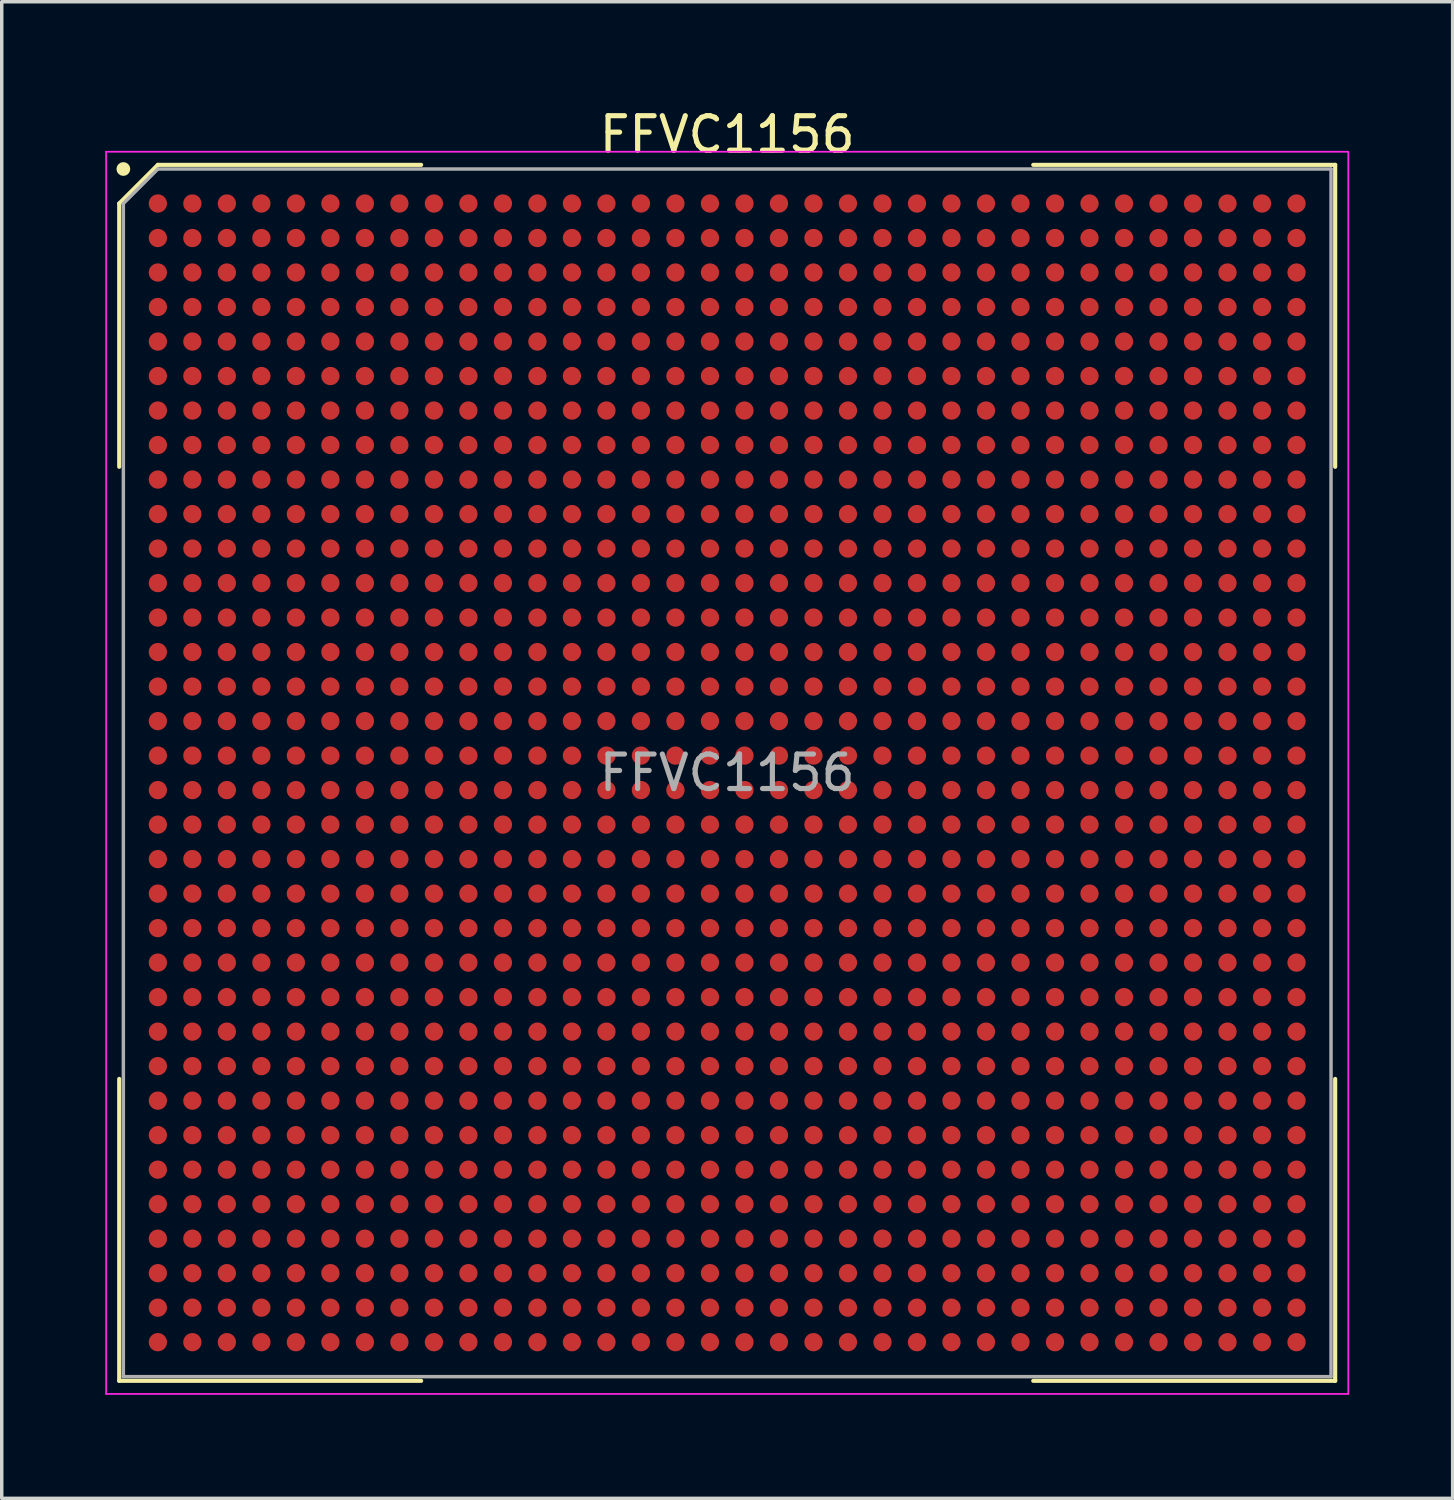
<source format=kicad_pcb>
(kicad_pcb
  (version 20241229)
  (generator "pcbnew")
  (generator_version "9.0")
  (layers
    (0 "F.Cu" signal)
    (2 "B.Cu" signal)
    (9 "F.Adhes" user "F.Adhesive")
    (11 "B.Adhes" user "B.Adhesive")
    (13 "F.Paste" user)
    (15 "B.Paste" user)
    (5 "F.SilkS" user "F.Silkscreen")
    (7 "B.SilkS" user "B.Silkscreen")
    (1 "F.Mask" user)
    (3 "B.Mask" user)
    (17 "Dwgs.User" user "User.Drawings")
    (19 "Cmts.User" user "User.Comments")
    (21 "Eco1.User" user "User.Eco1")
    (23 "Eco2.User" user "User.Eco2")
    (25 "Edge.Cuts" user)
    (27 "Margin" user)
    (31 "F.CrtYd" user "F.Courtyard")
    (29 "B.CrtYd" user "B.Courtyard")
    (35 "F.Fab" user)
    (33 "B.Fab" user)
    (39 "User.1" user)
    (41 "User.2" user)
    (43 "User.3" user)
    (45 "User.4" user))
  (footprint "FFVC1156"
    (layer "F.Cu")
    (at 18.025 19.348)
    (property "Reference" "FFVC1156" (at 0 -18.5 0) (layer "F.SilkS") (effects (font (size 1 1) (thickness 0.15))))
    (attr smd)
    (fp_line (start -17.62 -16.5) (end -17.62 -8.87) (stroke (width 0.12) (type default)) (layer "F.SilkS"))
    (fp_line (start -17.62 17.62) (end -17.62 8.87) (stroke (width 0.12) (type default)) (layer "F.SilkS"))
    (fp_line (start -16.5 -17.62) (end -17.62 -16.5) (stroke (width 0.12) (type default)) (layer "F.SilkS"))
    (fp_line (start -8.87 -17.62) (end -16.5 -17.62) (stroke (width 0.12) (type default)) (layer "F.SilkS"))
    (fp_line (start -8.87 17.62) (end -17.62 17.62) (stroke (width 0.12) (type default)) (layer "F.SilkS"))
    (fp_line (start 8.87 -17.62) (end 17.62 -17.62) (stroke (width 0.12) (type default)) (layer "F.SilkS"))
    (fp_line (start 8.87 17.62) (end 17.62 17.62) (stroke (width 0.12) (type default)) (layer "F.SilkS"))
    (fp_line (start 17.62 -17.62) (end 17.62 -8.87) (stroke (width 0.12) (type default)) (layer "F.SilkS"))
    (fp_line (start 17.62 17.62) (end 17.62 8.87) (stroke (width 0.12) (type default)) (layer "F.SilkS"))
    (fp_circle (center -17.5 -17.5) (end -17.5 -17.4) (stroke (width 0.2) (type default)) (fill no) (layer "F.SilkS"))
    (fp_line (start -18 -18) (end 18 -18) (stroke (width 0.05) (type default)) (layer "F.CrtYd"))
    (fp_line (start -18 18) (end -18 -18) (stroke (width 0.05) (type default)) (layer "F.CrtYd"))
    (fp_line (start 18 -18) (end 18 18) (stroke (width 0.05) (type default)) (layer "F.CrtYd"))
    (fp_line (start 18 18) (end -18 18) (stroke (width 0.05) (type default)) (layer "F.CrtYd"))
    (fp_line (start -17.5 -16.5) (end -17.5 17.5) (stroke (width 0.1) (type default)) (layer "F.Fab"))
    (fp_line (start -17.5 17.5) (end 17.5 17.5) (stroke (width 0.1) (type default)) (layer "F.Fab"))
    (fp_line (start -16.5 -17.5) (end -17.5 -16.5) (stroke (width 0.1) (type default)) (layer "F.Fab"))
    (fp_line (start 17.5 -17.5) (end -16.5 -17.5) (stroke (width 0.1) (type default)) (layer "F.Fab"))
    (fp_line (start 17.5 17.5) (end 17.5 -17.5) (stroke (width 0.1) (type default)) (layer "F.Fab"))
    (fp_text user "${REFERENCE}" (at 0 0 0) (layer "F.Fab") (effects (font (size 1 1) (thickness 0.15))))
    (pad "A1" smd circle (at -16.5 -16.5) (size 0.53 0.53) (layers "F.Cu" "F.Mask" "F.Paste"))
    (pad "A2" smd circle (at -15.5 -16.5) (size 0.53 0.53) (layers "F.Cu" "F.Mask" "F.Paste"))
    (pad "A3" smd circle (at -14.5 -16.5) (size 0.53 0.53) (layers "F.Cu" "F.Mask" "F.Paste"))
    (pad "A4" smd circle (at -13.5 -16.5) (size 0.53 0.53) (layers "F.Cu" "F.Mask" "F.Paste"))
    (pad "A5" smd circle (at -12.5 -16.5) (size 0.53 0.53) (layers "F.Cu" "F.Mask" "F.Paste"))
    (pad "A6" smd circle (at -11.5 -16.5) (size 0.53 0.53) (layers "F.Cu" "F.Mask" "F.Paste"))
    (pad "A7" smd circle (at -10.5 -16.5) (size 0.53 0.53) (layers "F.Cu" "F.Mask" "F.Paste"))
    (pad "A8" smd circle (at -9.5 -16.5) (size 0.53 0.53) (layers "F.Cu" "F.Mask" "F.Paste"))
    (pad "A9" smd circle (at -8.5 -16.5) (size 0.53 0.53) (layers "F.Cu" "F.Mask" "F.Paste"))
    (pad "A10" smd circle (at -7.5 -16.5) (size 0.53 0.53) (layers "F.Cu" "F.Mask" "F.Paste"))
    (pad "A11" smd circle (at -6.5 -16.5) (size 0.53 0.53) (layers "F.Cu" "F.Mask" "F.Paste"))
    (pad "A12" smd circle (at -5.5 -16.5) (size 0.53 0.53) (layers "F.Cu" "F.Mask" "F.Paste"))
    (pad "A13" smd circle (at -4.5 -16.5) (size 0.53 0.53) (layers "F.Cu" "F.Mask" "F.Paste"))
    (pad "A14" smd circle (at -3.5 -16.5) (size 0.53 0.53) (layers "F.Cu" "F.Mask" "F.Paste"))
    (pad "A15" smd circle (at -2.5 -16.5) (size 0.53 0.53) (layers "F.Cu" "F.Mask" "F.Paste"))
    (pad "A16" smd circle (at -1.5 -16.5) (size 0.53 0.53) (layers "F.Cu" "F.Mask" "F.Paste"))
    (pad "A17" smd circle (at -0.5 -16.5) (size 0.53 0.53) (layers "F.Cu" "F.Mask" "F.Paste"))
    (pad "A18" smd circle (at 0.5 -16.5) (size 0.53 0.53) (layers "F.Cu" "F.Mask" "F.Paste"))
    (pad "A19" smd circle (at 1.5 -16.5) (size 0.53 0.53) (layers "F.Cu" "F.Mask" "F.Paste"))
    (pad "A20" smd circle (at 2.5 -16.5) (size 0.53 0.53) (layers "F.Cu" "F.Mask" "F.Paste"))
    (pad "A21" smd circle (at 3.5 -16.5) (size 0.53 0.53) (layers "F.Cu" "F.Mask" "F.Paste"))
    (pad "A22" smd circle (at 4.5 -16.5) (size 0.53 0.53) (layers "F.Cu" "F.Mask" "F.Paste"))
    (pad "A23" smd circle (at 5.5 -16.5) (size 0.53 0.53) (layers "F.Cu" "F.Mask" "F.Paste"))
    (pad "A24" smd circle (at 6.5 -16.5) (size 0.53 0.53) (layers "F.Cu" "F.Mask" "F.Paste"))
    (pad "A25" smd circle (at 7.5 -16.5) (size 0.53 0.53) (layers "F.Cu" "F.Mask" "F.Paste"))
    (pad "A26" smd circle (at 8.5 -16.5) (size 0.53 0.53) (layers "F.Cu" "F.Mask" "F.Paste"))
    (pad "A27" smd circle (at 9.5 -16.5) (size 0.53 0.53) (layers "F.Cu" "F.Mask" "F.Paste"))
    (pad "A28" smd circle (at 10.5 -16.5) (size 0.53 0.53) (layers "F.Cu" "F.Mask" "F.Paste"))
    (pad "A29" smd circle (at 11.5 -16.5) (size 0.53 0.53) (layers "F.Cu" "F.Mask" "F.Paste"))
    (pad "A30" smd circle (at 12.5 -16.5) (size 0.53 0.53) (layers "F.Cu" "F.Mask" "F.Paste"))
    (pad "A31" smd circle (at 13.5 -16.5) (size 0.53 0.53) (layers "F.Cu" "F.Mask" "F.Paste"))
    (pad "A32" smd circle (at 14.5 -16.5) (size 0.53 0.53) (layers "F.Cu" "F.Mask" "F.Paste"))
    (pad "A33" smd circle (at 15.5 -16.5) (size 0.53 0.53) (layers "F.Cu" "F.Mask" "F.Paste"))
    (pad "A34" smd circle (at 16.5 -16.5) (size 0.53 0.53) (layers "F.Cu" "F.Mask" "F.Paste"))
    (pad "AA1" smd circle (at -16.5 3.5) (size 0.53 0.53) (layers "F.Cu" "F.Mask" "F.Paste"))
    (pad "AA2" smd circle (at -15.5 3.5) (size 0.53 0.53) (layers "F.Cu" "F.Mask" "F.Paste"))
    (pad "AA3" smd circle (at -14.5 3.5) (size 0.53 0.53) (layers "F.Cu" "F.Mask" "F.Paste"))
    (pad "AA4" smd circle (at -13.5 3.5) (size 0.53 0.53) (layers "F.Cu" "F.Mask" "F.Paste"))
    (pad "AA5" smd circle (at -12.5 3.5) (size 0.53 0.53) (layers "F.Cu" "F.Mask" "F.Paste"))
    (pad "AA6" smd circle (at -11.5 3.5) (size 0.53 0.53) (layers "F.Cu" "F.Mask" "F.Paste"))
    (pad "AA7" smd circle (at -10.5 3.5) (size 0.53 0.53) (layers "F.Cu" "F.Mask" "F.Paste"))
    (pad "AA8" smd circle (at -9.5 3.5) (size 0.53 0.53) (layers "F.Cu" "F.Mask" "F.Paste"))
    (pad "AA9" smd circle (at -8.5 3.5) (size 0.53 0.53) (layers "F.Cu" "F.Mask" "F.Paste"))
    (pad "AA10" smd circle (at -7.5 3.5) (size 0.53 0.53) (layers "F.Cu" "F.Mask" "F.Paste"))
    (pad "AA11" smd circle (at -6.5 3.5) (size 0.53 0.53) (layers "F.Cu" "F.Mask" "F.Paste"))
    (pad "AA12" smd circle (at -5.5 3.5) (size 0.53 0.53) (layers "F.Cu" "F.Mask" "F.Paste"))
    (pad "AA13" smd circle (at -4.5 3.5) (size 0.53 0.53) (layers "F.Cu" "F.Mask" "F.Paste"))
    (pad "AA14" smd circle (at -3.5 3.5) (size 0.53 0.53) (layers "F.Cu" "F.Mask" "F.Paste"))
    (pad "AA15" smd circle (at -2.5 3.5) (size 0.53 0.53) (layers "F.Cu" "F.Mask" "F.Paste"))
    (pad "AA16" smd circle (at -1.5 3.5) (size 0.53 0.53) (layers "F.Cu" "F.Mask" "F.Paste"))
    (pad "AA17" smd circle (at -0.5 3.5) (size 0.53 0.53) (layers "F.Cu" "F.Mask" "F.Paste"))
    (pad "AA18" smd circle (at 0.5 3.5) (size 0.53 0.53) (layers "F.Cu" "F.Mask" "F.Paste"))
    (pad "AA19" smd circle (at 1.5 3.5) (size 0.53 0.53) (layers "F.Cu" "F.Mask" "F.Paste"))
    (pad "AA20" smd circle (at 2.5 3.5) (size 0.53 0.53) (layers "F.Cu" "F.Mask" "F.Paste"))
    (pad "AA21" smd circle (at 3.5 3.5) (size 0.53 0.53) (layers "F.Cu" "F.Mask" "F.Paste"))
    (pad "AA22" smd circle (at 4.5 3.5) (size 0.53 0.53) (layers "F.Cu" "F.Mask" "F.Paste"))
    (pad "AA23" smd circle (at 5.5 3.5) (size 0.53 0.53) (layers "F.Cu" "F.Mask" "F.Paste"))
    (pad "AA24" smd circle (at 6.5 3.5) (size 0.53 0.53) (layers "F.Cu" "F.Mask" "F.Paste"))
    (pad "AA25" smd circle (at 7.5 3.5) (size 0.53 0.53) (layers "F.Cu" "F.Mask" "F.Paste"))
    (pad "AA26" smd circle (at 8.5 3.5) (size 0.53 0.53) (layers "F.Cu" "F.Mask" "F.Paste"))
    (pad "AA27" smd circle (at 9.5 3.5) (size 0.53 0.53) (layers "F.Cu" "F.Mask" "F.Paste"))
    (pad "AA28" smd circle (at 10.5 3.5) (size 0.53 0.53) (layers "F.Cu" "F.Mask" "F.Paste"))
    (pad "AA29" smd circle (at 11.5 3.5) (size 0.53 0.53) (layers "F.Cu" "F.Mask" "F.Paste"))
    (pad "AA30" smd circle (at 12.5 3.5) (size 0.53 0.53) (layers "F.Cu" "F.Mask" "F.Paste"))
    (pad "AA31" smd circle (at 13.5 3.5) (size 0.53 0.53) (layers "F.Cu" "F.Mask" "F.Paste"))
    (pad "AA32" smd circle (at 14.5 3.5) (size 0.53 0.53) (layers "F.Cu" "F.Mask" "F.Paste"))
    (pad "AA33" smd circle (at 15.5 3.5) (size 0.53 0.53) (layers "F.Cu" "F.Mask" "F.Paste"))
    (pad "AA34" smd circle (at 16.5 3.5) (size 0.53 0.53) (layers "F.Cu" "F.Mask" "F.Paste"))
    (pad "AB1" smd circle (at -16.5 4.5) (size 0.53 0.53) (layers "F.Cu" "F.Mask" "F.Paste"))
    (pad "AB2" smd circle (at -15.5 4.5) (size 0.53 0.53) (layers "F.Cu" "F.Mask" "F.Paste"))
    (pad "AB3" smd circle (at -14.5 4.5) (size 0.53 0.53) (layers "F.Cu" "F.Mask" "F.Paste"))
    (pad "AB4" smd circle (at -13.5 4.5) (size 0.53 0.53) (layers "F.Cu" "F.Mask" "F.Paste"))
    (pad "AB5" smd circle (at -12.5 4.5) (size 0.53 0.53) (layers "F.Cu" "F.Mask" "F.Paste"))
    (pad "AB6" smd circle (at -11.5 4.5) (size 0.53 0.53) (layers "F.Cu" "F.Mask" "F.Paste"))
    (pad "AB7" smd circle (at -10.5 4.5) (size 0.53 0.53) (layers "F.Cu" "F.Mask" "F.Paste"))
    (pad "AB8" smd circle (at -9.5 4.5) (size 0.53 0.53) (layers "F.Cu" "F.Mask" "F.Paste"))
    (pad "AB9" smd circle (at -8.5 4.5) (size 0.53 0.53) (layers "F.Cu" "F.Mask" "F.Paste"))
    (pad "AB10" smd circle (at -7.5 4.5) (size 0.53 0.53) (layers "F.Cu" "F.Mask" "F.Paste"))
    (pad "AB11" smd circle (at -6.5 4.5) (size 0.53 0.53) (layers "F.Cu" "F.Mask" "F.Paste"))
    (pad "AB12" smd circle (at -5.5 4.5) (size 0.53 0.53) (layers "F.Cu" "F.Mask" "F.Paste"))
    (pad "AB13" smd circle (at -4.5 4.5) (size 0.53 0.53) (layers "F.Cu" "F.Mask" "F.Paste"))
    (pad "AB14" smd circle (at -3.5 4.5) (size 0.53 0.53) (layers "F.Cu" "F.Mask" "F.Paste"))
    (pad "AB15" smd circle (at -2.5 4.5) (size 0.53 0.53) (layers "F.Cu" "F.Mask" "F.Paste"))
    (pad "AB16" smd circle (at -1.5 4.5) (size 0.53 0.53) (layers "F.Cu" "F.Mask" "F.Paste"))
    (pad "AB17" smd circle (at -0.5 4.5) (size 0.53 0.53) (layers "F.Cu" "F.Mask" "F.Paste"))
    (pad "AB18" smd circle (at 0.5 4.5) (size 0.53 0.53) (layers "F.Cu" "F.Mask" "F.Paste"))
    (pad "AB19" smd circle (at 1.5 4.5) (size 0.53 0.53) (layers "F.Cu" "F.Mask" "F.Paste"))
    (pad "AB20" smd circle (at 2.5 4.5) (size 0.53 0.53) (layers "F.Cu" "F.Mask" "F.Paste"))
    (pad "AB21" smd circle (at 3.5 4.5) (size 0.53 0.53) (layers "F.Cu" "F.Mask" "F.Paste"))
    (pad "AB22" smd circle (at 4.5 4.5) (size 0.53 0.53) (layers "F.Cu" "F.Mask" "F.Paste"))
    (pad "AB23" smd circle (at 5.5 4.5) (size 0.53 0.53) (layers "F.Cu" "F.Mask" "F.Paste"))
    (pad "AB24" smd circle (at 6.5 4.5) (size 0.53 0.53) (layers "F.Cu" "F.Mask" "F.Paste"))
    (pad "AB25" smd circle (at 7.5 4.5) (size 0.53 0.53) (layers "F.Cu" "F.Mask" "F.Paste"))
    (pad "AB26" smd circle (at 8.5 4.5) (size 0.53 0.53) (layers "F.Cu" "F.Mask" "F.Paste"))
    (pad "AB27" smd circle (at 9.5 4.5) (size 0.53 0.53) (layers "F.Cu" "F.Mask" "F.Paste"))
    (pad "AB28" smd circle (at 10.5 4.5) (size 0.53 0.53) (layers "F.Cu" "F.Mask" "F.Paste"))
    (pad "AB29" smd circle (at 11.5 4.5) (size 0.53 0.53) (layers "F.Cu" "F.Mask" "F.Paste"))
    (pad "AB30" smd circle (at 12.5 4.5) (size 0.53 0.53) (layers "F.Cu" "F.Mask" "F.Paste"))
    (pad "AB31" smd circle (at 13.5 4.5) (size 0.53 0.53) (layers "F.Cu" "F.Mask" "F.Paste"))
    (pad "AB32" smd circle (at 14.5 4.5) (size 0.53 0.53) (layers "F.Cu" "F.Mask" "F.Paste"))
    (pad "AB33" smd circle (at 15.5 4.5) (size 0.53 0.53) (layers "F.Cu" "F.Mask" "F.Paste"))
    (pad "AB34" smd circle (at 16.5 4.5) (size 0.53 0.53) (layers "F.Cu" "F.Mask" "F.Paste"))
    (pad "AC1" smd circle (at -16.5 5.5) (size 0.53 0.53) (layers "F.Cu" "F.Mask" "F.Paste"))
    (pad "AC2" smd circle (at -15.5 5.5) (size 0.53 0.53) (layers "F.Cu" "F.Mask" "F.Paste"))
    (pad "AC3" smd circle (at -14.5 5.5) (size 0.53 0.53) (layers "F.Cu" "F.Mask" "F.Paste"))
    (pad "AC4" smd circle (at -13.5 5.5) (size 0.53 0.53) (layers "F.Cu" "F.Mask" "F.Paste"))
    (pad "AC5" smd circle (at -12.5 5.5) (size 0.53 0.53) (layers "F.Cu" "F.Mask" "F.Paste"))
    (pad "AC6" smd circle (at -11.5 5.5) (size 0.53 0.53) (layers "F.Cu" "F.Mask" "F.Paste"))
    (pad "AC7" smd circle (at -10.5 5.5) (size 0.53 0.53) (layers "F.Cu" "F.Mask" "F.Paste"))
    (pad "AC8" smd circle (at -9.5 5.5) (size 0.53 0.53) (layers "F.Cu" "F.Mask" "F.Paste"))
    (pad "AC9" smd circle (at -8.5 5.5) (size 0.53 0.53) (layers "F.Cu" "F.Mask" "F.Paste"))
    (pad "AC10" smd circle (at -7.5 5.5) (size 0.53 0.53) (layers "F.Cu" "F.Mask" "F.Paste"))
    (pad "AC11" smd circle (at -6.5 5.5) (size 0.53 0.53) (layers "F.Cu" "F.Mask" "F.Paste"))
    (pad "AC12" smd circle (at -5.5 5.5) (size 0.53 0.53) (layers "F.Cu" "F.Mask" "F.Paste"))
    (pad "AC13" smd circle (at -4.5 5.5) (size 0.53 0.53) (layers "F.Cu" "F.Mask" "F.Paste"))
    (pad "AC14" smd circle (at -3.5 5.5) (size 0.53 0.53) (layers "F.Cu" "F.Mask" "F.Paste"))
    (pad "AC15" smd circle (at -2.5 5.5) (size 0.53 0.53) (layers "F.Cu" "F.Mask" "F.Paste"))
    (pad "AC16" smd circle (at -1.5 5.5) (size 0.53 0.53) (layers "F.Cu" "F.Mask" "F.Paste"))
    (pad "AC17" smd circle (at -0.5 5.5) (size 0.53 0.53) (layers "F.Cu" "F.Mask" "F.Paste"))
    (pad "AC18" smd circle (at 0.5 5.5) (size 0.53 0.53) (layers "F.Cu" "F.Mask" "F.Paste"))
    (pad "AC19" smd circle (at 1.5 5.5) (size 0.53 0.53) (layers "F.Cu" "F.Mask" "F.Paste"))
    (pad "AC20" smd circle (at 2.5 5.5) (size 0.53 0.53) (layers "F.Cu" "F.Mask" "F.Paste"))
    (pad "AC21" smd circle (at 3.5 5.5) (size 0.53 0.53) (layers "F.Cu" "F.Mask" "F.Paste"))
    (pad "AC22" smd circle (at 4.5 5.5) (size 0.53 0.53) (layers "F.Cu" "F.Mask" "F.Paste"))
    (pad "AC23" smd circle (at 5.5 5.5) (size 0.53 0.53) (layers "F.Cu" "F.Mask" "F.Paste"))
    (pad "AC24" smd circle (at 6.5 5.5) (size 0.53 0.53) (layers "F.Cu" "F.Mask" "F.Paste"))
    (pad "AC25" smd circle (at 7.5 5.5) (size 0.53 0.53) (layers "F.Cu" "F.Mask" "F.Paste"))
    (pad "AC26" smd circle (at 8.5 5.5) (size 0.53 0.53) (layers "F.Cu" "F.Mask" "F.Paste"))
    (pad "AC27" smd circle (at 9.5 5.5) (size 0.53 0.53) (layers "F.Cu" "F.Mask" "F.Paste"))
    (pad "AC28" smd circle (at 10.5 5.5) (size 0.53 0.53) (layers "F.Cu" "F.Mask" "F.Paste"))
    (pad "AC29" smd circle (at 11.5 5.5) (size 0.53 0.53) (layers "F.Cu" "F.Mask" "F.Paste"))
    (pad "AC30" smd circle (at 12.5 5.5) (size 0.53 0.53) (layers "F.Cu" "F.Mask" "F.Paste"))
    (pad "AC31" smd circle (at 13.5 5.5) (size 0.53 0.53) (layers "F.Cu" "F.Mask" "F.Paste"))
    (pad "AC32" smd circle (at 14.5 5.5) (size 0.53 0.53) (layers "F.Cu" "F.Mask" "F.Paste"))
    (pad "AC33" smd circle (at 15.5 5.5) (size 0.53 0.53) (layers "F.Cu" "F.Mask" "F.Paste"))
    (pad "AC34" smd circle (at 16.5 5.5) (size 0.53 0.53) (layers "F.Cu" "F.Mask" "F.Paste"))
    (pad "AD1" smd circle (at -16.5 6.5) (size 0.53 0.53) (layers "F.Cu" "F.Mask" "F.Paste"))
    (pad "AD2" smd circle (at -15.5 6.5) (size 0.53 0.53) (layers "F.Cu" "F.Mask" "F.Paste"))
    (pad "AD3" smd circle (at -14.5 6.5) (size 0.53 0.53) (layers "F.Cu" "F.Mask" "F.Paste"))
    (pad "AD4" smd circle (at -13.5 6.5) (size 0.53 0.53) (layers "F.Cu" "F.Mask" "F.Paste"))
    (pad "AD5" smd circle (at -12.5 6.5) (size 0.53 0.53) (layers "F.Cu" "F.Mask" "F.Paste"))
    (pad "AD6" smd circle (at -11.5 6.5) (size 0.53 0.53) (layers "F.Cu" "F.Mask" "F.Paste"))
    (pad "AD7" smd circle (at -10.5 6.5) (size 0.53 0.53) (layers "F.Cu" "F.Mask" "F.Paste"))
    (pad "AD8" smd circle (at -9.5 6.5) (size 0.53 0.53) (layers "F.Cu" "F.Mask" "F.Paste"))
    (pad "AD9" smd circle (at -8.5 6.5) (size 0.53 0.53) (layers "F.Cu" "F.Mask" "F.Paste"))
    (pad "AD10" smd circle (at -7.5 6.5) (size 0.53 0.53) (layers "F.Cu" "F.Mask" "F.Paste"))
    (pad "AD11" smd circle (at -6.5 6.5) (size 0.53 0.53) (layers "F.Cu" "F.Mask" "F.Paste"))
    (pad "AD12" smd circle (at -5.5 6.5) (size 0.53 0.53) (layers "F.Cu" "F.Mask" "F.Paste"))
    (pad "AD13" smd circle (at -4.5 6.5) (size 0.53 0.53) (layers "F.Cu" "F.Mask" "F.Paste"))
    (pad "AD14" smd circle (at -3.5 6.5) (size 0.53 0.53) (layers "F.Cu" "F.Mask" "F.Paste"))
    (pad "AD15" smd circle (at -2.5 6.5) (size 0.53 0.53) (layers "F.Cu" "F.Mask" "F.Paste"))
    (pad "AD16" smd circle (at -1.5 6.5) (size 0.53 0.53) (layers "F.Cu" "F.Mask" "F.Paste"))
    (pad "AD17" smd circle (at -0.5 6.5) (size 0.53 0.53) (layers "F.Cu" "F.Mask" "F.Paste"))
    (pad "AD18" smd circle (at 0.5 6.5) (size 0.53 0.53) (layers "F.Cu" "F.Mask" "F.Paste"))
    (pad "AD19" smd circle (at 1.5 6.5) (size 0.53 0.53) (layers "F.Cu" "F.Mask" "F.Paste"))
    (pad "AD20" smd circle (at 2.5 6.5) (size 0.53 0.53) (layers "F.Cu" "F.Mask" "F.Paste"))
    (pad "AD21" smd circle (at 3.5 6.5) (size 0.53 0.53) (layers "F.Cu" "F.Mask" "F.Paste"))
    (pad "AD22" smd circle (at 4.5 6.5) (size 0.53 0.53) (layers "F.Cu" "F.Mask" "F.Paste"))
    (pad "AD23" smd circle (at 5.5 6.5) (size 0.53 0.53) (layers "F.Cu" "F.Mask" "F.Paste"))
    (pad "AD24" smd circle (at 6.5 6.5) (size 0.53 0.53) (layers "F.Cu" "F.Mask" "F.Paste"))
    (pad "AD25" smd circle (at 7.5 6.5) (size 0.53 0.53) (layers "F.Cu" "F.Mask" "F.Paste"))
    (pad "AD26" smd circle (at 8.5 6.5) (size 0.53 0.53) (layers "F.Cu" "F.Mask" "F.Paste"))
    (pad "AD27" smd circle (at 9.5 6.5) (size 0.53 0.53) (layers "F.Cu" "F.Mask" "F.Paste"))
    (pad "AD28" smd circle (at 10.5 6.5) (size 0.53 0.53) (layers "F.Cu" "F.Mask" "F.Paste"))
    (pad "AD29" smd circle (at 11.5 6.5) (size 0.53 0.53) (layers "F.Cu" "F.Mask" "F.Paste"))
    (pad "AD30" smd circle (at 12.5 6.5) (size 0.53 0.53) (layers "F.Cu" "F.Mask" "F.Paste"))
    (pad "AD31" smd circle (at 13.5 6.5) (size 0.53 0.53) (layers "F.Cu" "F.Mask" "F.Paste"))
    (pad "AD32" smd circle (at 14.5 6.5) (size 0.53 0.53) (layers "F.Cu" "F.Mask" "F.Paste"))
    (pad "AD33" smd circle (at 15.5 6.5) (size 0.53 0.53) (layers "F.Cu" "F.Mask" "F.Paste"))
    (pad "AD34" smd circle (at 16.5 6.5) (size 0.53 0.53) (layers "F.Cu" "F.Mask" "F.Paste"))
    (pad "AE1" smd circle (at -16.5 7.5) (size 0.53 0.53) (layers "F.Cu" "F.Mask" "F.Paste"))
    (pad "AE2" smd circle (at -15.5 7.5) (size 0.53 0.53) (layers "F.Cu" "F.Mask" "F.Paste"))
    (pad "AE3" smd circle (at -14.5 7.5) (size 0.53 0.53) (layers "F.Cu" "F.Mask" "F.Paste"))
    (pad "AE4" smd circle (at -13.5 7.5) (size 0.53 0.53) (layers "F.Cu" "F.Mask" "F.Paste"))
    (pad "AE5" smd circle (at -12.5 7.5) (size 0.53 0.53) (layers "F.Cu" "F.Mask" "F.Paste"))
    (pad "AE6" smd circle (at -11.5 7.5) (size 0.53 0.53) (layers "F.Cu" "F.Mask" "F.Paste"))
    (pad "AE7" smd circle (at -10.5 7.5) (size 0.53 0.53) (layers "F.Cu" "F.Mask" "F.Paste"))
    (pad "AE8" smd circle (at -9.5 7.5) (size 0.53 0.53) (layers "F.Cu" "F.Mask" "F.Paste"))
    (pad "AE9" smd circle (at -8.5 7.5) (size 0.53 0.53) (layers "F.Cu" "F.Mask" "F.Paste"))
    (pad "AE10" smd circle (at -7.5 7.5) (size 0.53 0.53) (layers "F.Cu" "F.Mask" "F.Paste"))
    (pad "AE11" smd circle (at -6.5 7.5) (size 0.53 0.53) (layers "F.Cu" "F.Mask" "F.Paste"))
    (pad "AE12" smd circle (at -5.5 7.5) (size 0.53 0.53) (layers "F.Cu" "F.Mask" "F.Paste"))
    (pad "AE13" smd circle (at -4.5 7.5) (size 0.53 0.53) (layers "F.Cu" "F.Mask" "F.Paste"))
    (pad "AE14" smd circle (at -3.5 7.5) (size 0.53 0.53) (layers "F.Cu" "F.Mask" "F.Paste"))
    (pad "AE15" smd circle (at -2.5 7.5) (size 0.53 0.53) (layers "F.Cu" "F.Mask" "F.Paste"))
    (pad "AE16" smd circle (at -1.5 7.5) (size 0.53 0.53) (layers "F.Cu" "F.Mask" "F.Paste"))
    (pad "AE17" smd circle (at -0.5 7.5) (size 0.53 0.53) (layers "F.Cu" "F.Mask" "F.Paste"))
    (pad "AE18" smd circle (at 0.5 7.5) (size 0.53 0.53) (layers "F.Cu" "F.Mask" "F.Paste"))
    (pad "AE19" smd circle (at 1.5 7.5) (size 0.53 0.53) (layers "F.Cu" "F.Mask" "F.Paste"))
    (pad "AE20" smd circle (at 2.5 7.5) (size 0.53 0.53) (layers "F.Cu" "F.Mask" "F.Paste"))
    (pad "AE21" smd circle (at 3.5 7.5) (size 0.53 0.53) (layers "F.Cu" "F.Mask" "F.Paste"))
    (pad "AE22" smd circle (at 4.5 7.5) (size 0.53 0.53) (layers "F.Cu" "F.Mask" "F.Paste"))
    (pad "AE23" smd circle (at 5.5 7.5) (size 0.53 0.53) (layers "F.Cu" "F.Mask" "F.Paste"))
    (pad "AE24" smd circle (at 6.5 7.5) (size 0.53 0.53) (layers "F.Cu" "F.Mask" "F.Paste"))
    (pad "AE25" smd circle (at 7.5 7.5) (size 0.53 0.53) (layers "F.Cu" "F.Mask" "F.Paste"))
    (pad "AE26" smd circle (at 8.5 7.5) (size 0.53 0.53) (layers "F.Cu" "F.Mask" "F.Paste"))
    (pad "AE27" smd circle (at 9.5 7.5) (size 0.53 0.53) (layers "F.Cu" "F.Mask" "F.Paste"))
    (pad "AE28" smd circle (at 10.5 7.5) (size 0.53 0.53) (layers "F.Cu" "F.Mask" "F.Paste"))
    (pad "AE29" smd circle (at 11.5 7.5) (size 0.53 0.53) (layers "F.Cu" "F.Mask" "F.Paste"))
    (pad "AE30" smd circle (at 12.5 7.5) (size 0.53 0.53) (layers "F.Cu" "F.Mask" "F.Paste"))
    (pad "AE31" smd circle (at 13.5 7.5) (size 0.53 0.53) (layers "F.Cu" "F.Mask" "F.Paste"))
    (pad "AE32" smd circle (at 14.5 7.5) (size 0.53 0.53) (layers "F.Cu" "F.Mask" "F.Paste"))
    (pad "AE33" smd circle (at 15.5 7.5) (size 0.53 0.53) (layers "F.Cu" "F.Mask" "F.Paste"))
    (pad "AE34" smd circle (at 16.5 7.5) (size 0.53 0.53) (layers "F.Cu" "F.Mask" "F.Paste"))
    (pad "AF1" smd circle (at -16.5 8.5) (size 0.53 0.53) (layers "F.Cu" "F.Mask" "F.Paste"))
    (pad "AF2" smd circle (at -15.5 8.5) (size 0.53 0.53) (layers "F.Cu" "F.Mask" "F.Paste"))
    (pad "AF3" smd circle (at -14.5 8.5) (size 0.53 0.53) (layers "F.Cu" "F.Mask" "F.Paste"))
    (pad "AF4" smd circle (at -13.5 8.5) (size 0.53 0.53) (layers "F.Cu" "F.Mask" "F.Paste"))
    (pad "AF5" smd circle (at -12.5 8.5) (size 0.53 0.53) (layers "F.Cu" "F.Mask" "F.Paste"))
    (pad "AF6" smd circle (at -11.5 8.5) (size 0.53 0.53) (layers "F.Cu" "F.Mask" "F.Paste"))
    (pad "AF7" smd circle (at -10.5 8.5) (size 0.53 0.53) (layers "F.Cu" "F.Mask" "F.Paste"))
    (pad "AF8" smd circle (at -9.5 8.5) (size 0.53 0.53) (layers "F.Cu" "F.Mask" "F.Paste"))
    (pad "AF9" smd circle (at -8.5 8.5) (size 0.53 0.53) (layers "F.Cu" "F.Mask" "F.Paste"))
    (pad "AF10" smd circle (at -7.5 8.5) (size 0.53 0.53) (layers "F.Cu" "F.Mask" "F.Paste"))
    (pad "AF11" smd circle (at -6.5 8.5) (size 0.53 0.53) (layers "F.Cu" "F.Mask" "F.Paste"))
    (pad "AF12" smd circle (at -5.5 8.5) (size 0.53 0.53) (layers "F.Cu" "F.Mask" "F.Paste"))
    (pad "AF13" smd circle (at -4.5 8.5) (size 0.53 0.53) (layers "F.Cu" "F.Mask" "F.Paste"))
    (pad "AF14" smd circle (at -3.5 8.5) (size 0.53 0.53) (layers "F.Cu" "F.Mask" "F.Paste"))
    (pad "AF15" smd circle (at -2.5 8.5) (size 0.53 0.53) (layers "F.Cu" "F.Mask" "F.Paste"))
    (pad "AF16" smd circle (at -1.5 8.5) (size 0.53 0.53) (layers "F.Cu" "F.Mask" "F.Paste"))
    (pad "AF17" smd circle (at -0.5 8.5) (size 0.53 0.53) (layers "F.Cu" "F.Mask" "F.Paste"))
    (pad "AF18" smd circle (at 0.5 8.5) (size 0.53 0.53) (layers "F.Cu" "F.Mask" "F.Paste"))
    (pad "AF19" smd circle (at 1.5 8.5) (size 0.53 0.53) (layers "F.Cu" "F.Mask" "F.Paste"))
    (pad "AF20" smd circle (at 2.5 8.5) (size 0.53 0.53) (layers "F.Cu" "F.Mask" "F.Paste"))
    (pad "AF21" smd circle (at 3.5 8.5) (size 0.53 0.53) (layers "F.Cu" "F.Mask" "F.Paste"))
    (pad "AF22" smd circle (at 4.5 8.5) (size 0.53 0.53) (layers "F.Cu" "F.Mask" "F.Paste"))
    (pad "AF23" smd circle (at 5.5 8.5) (size 0.53 0.53) (layers "F.Cu" "F.Mask" "F.Paste"))
    (pad "AF24" smd circle (at 6.5 8.5) (size 0.53 0.53) (layers "F.Cu" "F.Mask" "F.Paste"))
    (pad "AF25" smd circle (at 7.5 8.5) (size 0.53 0.53) (layers "F.Cu" "F.Mask" "F.Paste"))
    (pad "AF26" smd circle (at 8.5 8.5) (size 0.53 0.53) (layers "F.Cu" "F.Mask" "F.Paste"))
    (pad "AF27" smd circle (at 9.5 8.5) (size 0.53 0.53) (layers "F.Cu" "F.Mask" "F.Paste"))
    (pad "AF28" smd circle (at 10.5 8.5) (size 0.53 0.53) (layers "F.Cu" "F.Mask" "F.Paste"))
    (pad "AF29" smd circle (at 11.5 8.5) (size 0.53 0.53) (layers "F.Cu" "F.Mask" "F.Paste"))
    (pad "AF30" smd circle (at 12.5 8.5) (size 0.53 0.53) (layers "F.Cu" "F.Mask" "F.Paste"))
    (pad "AF31" smd circle (at 13.5 8.5) (size 0.53 0.53) (layers "F.Cu" "F.Mask" "F.Paste"))
    (pad "AF32" smd circle (at 14.5 8.5) (size 0.53 0.53) (layers "F.Cu" "F.Mask" "F.Paste"))
    (pad "AF33" smd circle (at 15.5 8.5) (size 0.53 0.53) (layers "F.Cu" "F.Mask" "F.Paste"))
    (pad "AF34" smd circle (at 16.5 8.5) (size 0.53 0.53) (layers "F.Cu" "F.Mask" "F.Paste"))
    (pad "AG1" smd circle (at -16.5 9.5) (size 0.53 0.53) (layers "F.Cu" "F.Mask" "F.Paste"))
    (pad "AG2" smd circle (at -15.5 9.5) (size 0.53 0.53) (layers "F.Cu" "F.Mask" "F.Paste"))
    (pad "AG3" smd circle (at -14.5 9.5) (size 0.53 0.53) (layers "F.Cu" "F.Mask" "F.Paste"))
    (pad "AG4" smd circle (at -13.5 9.5) (size 0.53 0.53) (layers "F.Cu" "F.Mask" "F.Paste"))
    (pad "AG5" smd circle (at -12.5 9.5) (size 0.53 0.53) (layers "F.Cu" "F.Mask" "F.Paste"))
    (pad "AG6" smd circle (at -11.5 9.5) (size 0.53 0.53) (layers "F.Cu" "F.Mask" "F.Paste"))
    (pad "AG7" smd circle (at -10.5 9.5) (size 0.53 0.53) (layers "F.Cu" "F.Mask" "F.Paste"))
    (pad "AG8" smd circle (at -9.5 9.5) (size 0.53 0.53) (layers "F.Cu" "F.Mask" "F.Paste"))
    (pad "AG9" smd circle (at -8.5 9.5) (size 0.53 0.53) (layers "F.Cu" "F.Mask" "F.Paste"))
    (pad "AG10" smd circle (at -7.5 9.5) (size 0.53 0.53) (layers "F.Cu" "F.Mask" "F.Paste"))
    (pad "AG11" smd circle (at -6.5 9.5) (size 0.53 0.53) (layers "F.Cu" "F.Mask" "F.Paste"))
    (pad "AG12" smd circle (at -5.5 9.5) (size 0.53 0.53) (layers "F.Cu" "F.Mask" "F.Paste"))
    (pad "AG13" smd circle (at -4.5 9.5) (size 0.53 0.53) (layers "F.Cu" "F.Mask" "F.Paste"))
    (pad "AG14" smd circle (at -3.5 9.5) (size 0.53 0.53) (layers "F.Cu" "F.Mask" "F.Paste"))
    (pad "AG15" smd circle (at -2.5 9.5) (size 0.53 0.53) (layers "F.Cu" "F.Mask" "F.Paste"))
    (pad "AG16" smd circle (at -1.5 9.5) (size 0.53 0.53) (layers "F.Cu" "F.Mask" "F.Paste"))
    (pad "AG17" smd circle (at -0.5 9.5) (size 0.53 0.53) (layers "F.Cu" "F.Mask" "F.Paste"))
    (pad "AG18" smd circle (at 0.5 9.5) (size 0.53 0.53) (layers "F.Cu" "F.Mask" "F.Paste"))
    (pad "AG19" smd circle (at 1.5 9.5) (size 0.53 0.53) (layers "F.Cu" "F.Mask" "F.Paste"))
    (pad "AG20" smd circle (at 2.5 9.5) (size 0.53 0.53) (layers "F.Cu" "F.Mask" "F.Paste"))
    (pad "AG21" smd circle (at 3.5 9.5) (size 0.53 0.53) (layers "F.Cu" "F.Mask" "F.Paste"))
    (pad "AG22" smd circle (at 4.5 9.5) (size 0.53 0.53) (layers "F.Cu" "F.Mask" "F.Paste"))
    (pad "AG23" smd circle (at 5.5 9.5) (size 0.53 0.53) (layers "F.Cu" "F.Mask" "F.Paste"))
    (pad "AG24" smd circle (at 6.5 9.5) (size 0.53 0.53) (layers "F.Cu" "F.Mask" "F.Paste"))
    (pad "AG25" smd circle (at 7.5 9.5) (size 0.53 0.53) (layers "F.Cu" "F.Mask" "F.Paste"))
    (pad "AG26" smd circle (at 8.5 9.5) (size 0.53 0.53) (layers "F.Cu" "F.Mask" "F.Paste"))
    (pad "AG27" smd circle (at 9.5 9.5) (size 0.53 0.53) (layers "F.Cu" "F.Mask" "F.Paste"))
    (pad "AG28" smd circle (at 10.5 9.5) (size 0.53 0.53) (layers "F.Cu" "F.Mask" "F.Paste"))
    (pad "AG29" smd circle (at 11.5 9.5) (size 0.53 0.53) (layers "F.Cu" "F.Mask" "F.Paste"))
    (pad "AG30" smd circle (at 12.5 9.5) (size 0.53 0.53) (layers "F.Cu" "F.Mask" "F.Paste"))
    (pad "AG31" smd circle (at 13.5 9.5) (size 0.53 0.53) (layers "F.Cu" "F.Mask" "F.Paste"))
    (pad "AG32" smd circle (at 14.5 9.5) (size 0.53 0.53) (layers "F.Cu" "F.Mask" "F.Paste"))
    (pad "AG33" smd circle (at 15.5 9.5) (size 0.53 0.53) (layers "F.Cu" "F.Mask" "F.Paste"))
    (pad "AG34" smd circle (at 16.5 9.5) (size 0.53 0.53) (layers "F.Cu" "F.Mask" "F.Paste"))
    (pad "AH1" smd circle (at -16.5 10.5) (size 0.53 0.53) (layers "F.Cu" "F.Mask" "F.Paste"))
    (pad "AH2" smd circle (at -15.5 10.5) (size 0.53 0.53) (layers "F.Cu" "F.Mask" "F.Paste"))
    (pad "AH3" smd circle (at -14.5 10.5) (size 0.53 0.53) (layers "F.Cu" "F.Mask" "F.Paste"))
    (pad "AH4" smd circle (at -13.5 10.5) (size 0.53 0.53) (layers "F.Cu" "F.Mask" "F.Paste"))
    (pad "AH5" smd circle (at -12.5 10.5) (size 0.53 0.53) (layers "F.Cu" "F.Mask" "F.Paste"))
    (pad "AH6" smd circle (at -11.5 10.5) (size 0.53 0.53) (layers "F.Cu" "F.Mask" "F.Paste"))
    (pad "AH7" smd circle (at -10.5 10.5) (size 0.53 0.53) (layers "F.Cu" "F.Mask" "F.Paste"))
    (pad "AH8" smd circle (at -9.5 10.5) (size 0.53 0.53) (layers "F.Cu" "F.Mask" "F.Paste"))
    (pad "AH9" smd circle (at -8.5 10.5) (size 0.53 0.53) (layers "F.Cu" "F.Mask" "F.Paste"))
    (pad "AH10" smd circle (at -7.5 10.5) (size 0.53 0.53) (layers "F.Cu" "F.Mask" "F.Paste"))
    (pad "AH11" smd circle (at -6.5 10.5) (size 0.53 0.53) (layers "F.Cu" "F.Mask" "F.Paste"))
    (pad "AH12" smd circle (at -5.5 10.5) (size 0.53 0.53) (layers "F.Cu" "F.Mask" "F.Paste"))
    (pad "AH13" smd circle (at -4.5 10.5) (size 0.53 0.53) (layers "F.Cu" "F.Mask" "F.Paste"))
    (pad "AH14" smd circle (at -3.5 10.5) (size 0.53 0.53) (layers "F.Cu" "F.Mask" "F.Paste"))
    (pad "AH15" smd circle (at -2.5 10.5) (size 0.53 0.53) (layers "F.Cu" "F.Mask" "F.Paste"))
    (pad "AH16" smd circle (at -1.5 10.5) (size 0.53 0.53) (layers "F.Cu" "F.Mask" "F.Paste"))
    (pad "AH17" smd circle (at -0.5 10.5) (size 0.53 0.53) (layers "F.Cu" "F.Mask" "F.Paste"))
    (pad "AH18" smd circle (at 0.5 10.5) (size 0.53 0.53) (layers "F.Cu" "F.Mask" "F.Paste"))
    (pad "AH19" smd circle (at 1.5 10.5) (size 0.53 0.53) (layers "F.Cu" "F.Mask" "F.Paste"))
    (pad "AH20" smd circle (at 2.5 10.5) (size 0.53 0.53) (layers "F.Cu" "F.Mask" "F.Paste"))
    (pad "AH21" smd circle (at 3.5 10.5) (size 0.53 0.53) (layers "F.Cu" "F.Mask" "F.Paste"))
    (pad "AH22" smd circle (at 4.5 10.5) (size 0.53 0.53) (layers "F.Cu" "F.Mask" "F.Paste"))
    (pad "AH23" smd circle (at 5.5 10.5) (size 0.53 0.53) (layers "F.Cu" "F.Mask" "F.Paste"))
    (pad "AH24" smd circle (at 6.5 10.5) (size 0.53 0.53) (layers "F.Cu" "F.Mask" "F.Paste"))
    (pad "AH25" smd circle (at 7.5 10.5) (size 0.53 0.53) (layers "F.Cu" "F.Mask" "F.Paste"))
    (pad "AH26" smd circle (at 8.5 10.5) (size 0.53 0.53) (layers "F.Cu" "F.Mask" "F.Paste"))
    (pad "AH27" smd circle (at 9.5 10.5) (size 0.53 0.53) (layers "F.Cu" "F.Mask" "F.Paste"))
    (pad "AH28" smd circle (at 10.5 10.5) (size 0.53 0.53) (layers "F.Cu" "F.Mask" "F.Paste"))
    (pad "AH29" smd circle (at 11.5 10.5) (size 0.53 0.53) (layers "F.Cu" "F.Mask" "F.Paste"))
    (pad "AH30" smd circle (at 12.5 10.5) (size 0.53 0.53) (layers "F.Cu" "F.Mask" "F.Paste"))
    (pad "AH31" smd circle (at 13.5 10.5) (size 0.53 0.53) (layers "F.Cu" "F.Mask" "F.Paste"))
    (pad "AH32" smd circle (at 14.5 10.5) (size 0.53 0.53) (layers "F.Cu" "F.Mask" "F.Paste"))
    (pad "AH33" smd circle (at 15.5 10.5) (size 0.53 0.53) (layers "F.Cu" "F.Mask" "F.Paste"))
    (pad "AH34" smd circle (at 16.5 10.5) (size 0.53 0.53) (layers "F.Cu" "F.Mask" "F.Paste"))
    (pad "AJ1" smd circle (at -16.5 11.5) (size 0.53 0.53) (layers "F.Cu" "F.Mask" "F.Paste"))
    (pad "AJ2" smd circle (at -15.5 11.5) (size 0.53 0.53) (layers "F.Cu" "F.Mask" "F.Paste"))
    (pad "AJ3" smd circle (at -14.5 11.5) (size 0.53 0.53) (layers "F.Cu" "F.Mask" "F.Paste"))
    (pad "AJ4" smd circle (at -13.5 11.5) (size 0.53 0.53) (layers "F.Cu" "F.Mask" "F.Paste"))
    (pad "AJ5" smd circle (at -12.5 11.5) (size 0.53 0.53) (layers "F.Cu" "F.Mask" "F.Paste"))
    (pad "AJ6" smd circle (at -11.5 11.5) (size 0.53 0.53) (layers "F.Cu" "F.Mask" "F.Paste"))
    (pad "AJ7" smd circle (at -10.5 11.5) (size 0.53 0.53) (layers "F.Cu" "F.Mask" "F.Paste"))
    (pad "AJ8" smd circle (at -9.5 11.5) (size 0.53 0.53) (layers "F.Cu" "F.Mask" "F.Paste"))
    (pad "AJ9" smd circle (at -8.5 11.5) (size 0.53 0.53) (layers "F.Cu" "F.Mask" "F.Paste"))
    (pad "AJ10" smd circle (at -7.5 11.5) (size 0.53 0.53) (layers "F.Cu" "F.Mask" "F.Paste"))
    (pad "AJ11" smd circle (at -6.5 11.5) (size 0.53 0.53) (layers "F.Cu" "F.Mask" "F.Paste"))
    (pad "AJ12" smd circle (at -5.5 11.5) (size 0.53 0.53) (layers "F.Cu" "F.Mask" "F.Paste"))
    (pad "AJ13" smd circle (at -4.5 11.5) (size 0.53 0.53) (layers "F.Cu" "F.Mask" "F.Paste"))
    (pad "AJ14" smd circle (at -3.5 11.5) (size 0.53 0.53) (layers "F.Cu" "F.Mask" "F.Paste"))
    (pad "AJ15" smd circle (at -2.5 11.5) (size 0.53 0.53) (layers "F.Cu" "F.Mask" "F.Paste"))
    (pad "AJ16" smd circle (at -1.5 11.5) (size 0.53 0.53) (layers "F.Cu" "F.Mask" "F.Paste"))
    (pad "AJ17" smd circle (at -0.5 11.5) (size 0.53 0.53) (layers "F.Cu" "F.Mask" "F.Paste"))
    (pad "AJ18" smd circle (at 0.5 11.5) (size 0.53 0.53) (layers "F.Cu" "F.Mask" "F.Paste"))
    (pad "AJ19" smd circle (at 1.5 11.5) (size 0.53 0.53) (layers "F.Cu" "F.Mask" "F.Paste"))
    (pad "AJ20" smd circle (at 2.5 11.5) (size 0.53 0.53) (layers "F.Cu" "F.Mask" "F.Paste"))
    (pad "AJ21" smd circle (at 3.5 11.5) (size 0.53 0.53) (layers "F.Cu" "F.Mask" "F.Paste"))
    (pad "AJ22" smd circle (at 4.5 11.5) (size 0.53 0.53) (layers "F.Cu" "F.Mask" "F.Paste"))
    (pad "AJ23" smd circle (at 5.5 11.5) (size 0.53 0.53) (layers "F.Cu" "F.Mask" "F.Paste"))
    (pad "AJ24" smd circle (at 6.5 11.5) (size 0.53 0.53) (layers "F.Cu" "F.Mask" "F.Paste"))
    (pad "AJ25" smd circle (at 7.5 11.5) (size 0.53 0.53) (layers "F.Cu" "F.Mask" "F.Paste"))
    (pad "AJ26" smd circle (at 8.5 11.5) (size 0.53 0.53) (layers "F.Cu" "F.Mask" "F.Paste"))
    (pad "AJ27" smd circle (at 9.5 11.5) (size 0.53 0.53) (layers "F.Cu" "F.Mask" "F.Paste"))
    (pad "AJ28" smd circle (at 10.5 11.5) (size 0.53 0.53) (layers "F.Cu" "F.Mask" "F.Paste"))
    (pad "AJ29" smd circle (at 11.5 11.5) (size 0.53 0.53) (layers "F.Cu" "F.Mask" "F.Paste"))
    (pad "AJ30" smd circle (at 12.5 11.5) (size 0.53 0.53) (layers "F.Cu" "F.Mask" "F.Paste"))
    (pad "AJ31" smd circle (at 13.5 11.5) (size 0.53 0.53) (layers "F.Cu" "F.Mask" "F.Paste"))
    (pad "AJ32" smd circle (at 14.5 11.5) (size 0.53 0.53) (layers "F.Cu" "F.Mask" "F.Paste"))
    (pad "AJ33" smd circle (at 15.5 11.5) (size 0.53 0.53) (layers "F.Cu" "F.Mask" "F.Paste"))
    (pad "AJ34" smd circle (at 16.5 11.5) (size 0.53 0.53) (layers "F.Cu" "F.Mask" "F.Paste"))
    (pad "AK1" smd circle (at -16.5 12.5) (size 0.53 0.53) (layers "F.Cu" "F.Mask" "F.Paste"))
    (pad "AK2" smd circle (at -15.5 12.5) (size 0.53 0.53) (layers "F.Cu" "F.Mask" "F.Paste"))
    (pad "AK3" smd circle (at -14.5 12.5) (size 0.53 0.53) (layers "F.Cu" "F.Mask" "F.Paste"))
    (pad "AK4" smd circle (at -13.5 12.5) (size 0.53 0.53) (layers "F.Cu" "F.Mask" "F.Paste"))
    (pad "AK5" smd circle (at -12.5 12.5) (size 0.53 0.53) (layers "F.Cu" "F.Mask" "F.Paste"))
    (pad "AK6" smd circle (at -11.5 12.5) (size 0.53 0.53) (layers "F.Cu" "F.Mask" "F.Paste"))
    (pad "AK7" smd circle (at -10.5 12.5) (size 0.53 0.53) (layers "F.Cu" "F.Mask" "F.Paste"))
    (pad "AK8" smd circle (at -9.5 12.5) (size 0.53 0.53) (layers "F.Cu" "F.Mask" "F.Paste"))
    (pad "AK9" smd circle (at -8.5 12.5) (size 0.53 0.53) (layers "F.Cu" "F.Mask" "F.Paste"))
    (pad "AK10" smd circle (at -7.5 12.5) (size 0.53 0.53) (layers "F.Cu" "F.Mask" "F.Paste"))
    (pad "AK11" smd circle (at -6.5 12.5) (size 0.53 0.53) (layers "F.Cu" "F.Mask" "F.Paste"))
    (pad "AK12" smd circle (at -5.5 12.5) (size 0.53 0.53) (layers "F.Cu" "F.Mask" "F.Paste"))
    (pad "AK13" smd circle (at -4.5 12.5) (size 0.53 0.53) (layers "F.Cu" "F.Mask" "F.Paste"))
    (pad "AK14" smd circle (at -3.5 12.5) (size 0.53 0.53) (layers "F.Cu" "F.Mask" "F.Paste"))
    (pad "AK15" smd circle (at -2.5 12.5) (size 0.53 0.53) (layers "F.Cu" "F.Mask" "F.Paste"))
    (pad "AK16" smd circle (at -1.5 12.5) (size 0.53 0.53) (layers "F.Cu" "F.Mask" "F.Paste"))
    (pad "AK17" smd circle (at -0.5 12.5) (size 0.53 0.53) (layers "F.Cu" "F.Mask" "F.Paste"))
    (pad "AK18" smd circle (at 0.5 12.5) (size 0.53 0.53) (layers "F.Cu" "F.Mask" "F.Paste"))
    (pad "AK19" smd circle (at 1.5 12.5) (size 0.53 0.53) (layers "F.Cu" "F.Mask" "F.Paste"))
    (pad "AK20" smd circle (at 2.5 12.5) (size 0.53 0.53) (layers "F.Cu" "F.Mask" "F.Paste"))
    (pad "AK21" smd circle (at 3.5 12.5) (size 0.53 0.53) (layers "F.Cu" "F.Mask" "F.Paste"))
    (pad "AK22" smd circle (at 4.5 12.5) (size 0.53 0.53) (layers "F.Cu" "F.Mask" "F.Paste"))
    (pad "AK23" smd circle (at 5.5 12.5) (size 0.53 0.53) (layers "F.Cu" "F.Mask" "F.Paste"))
    (pad "AK24" smd circle (at 6.5 12.5) (size 0.53 0.53) (layers "F.Cu" "F.Mask" "F.Paste"))
    (pad "AK25" smd circle (at 7.5 12.5) (size 0.53 0.53) (layers "F.Cu" "F.Mask" "F.Paste"))
    (pad "AK26" smd circle (at 8.5 12.5) (size 0.53 0.53) (layers "F.Cu" "F.Mask" "F.Paste"))
    (pad "AK27" smd circle (at 9.5 12.5) (size 0.53 0.53) (layers "F.Cu" "F.Mask" "F.Paste"))
    (pad "AK28" smd circle (at 10.5 12.5) (size 0.53 0.53) (layers "F.Cu" "F.Mask" "F.Paste"))
    (pad "AK29" smd circle (at 11.5 12.5) (size 0.53 0.53) (layers "F.Cu" "F.Mask" "F.Paste"))
    (pad "AK30" smd circle (at 12.5 12.5) (size 0.53 0.53) (layers "F.Cu" "F.Mask" "F.Paste"))
    (pad "AK31" smd circle (at 13.5 12.5) (size 0.53 0.53) (layers "F.Cu" "F.Mask" "F.Paste"))
    (pad "AK32" smd circle (at 14.5 12.5) (size 0.53 0.53) (layers "F.Cu" "F.Mask" "F.Paste"))
    (pad "AK33" smd circle (at 15.5 12.5) (size 0.53 0.53) (layers "F.Cu" "F.Mask" "F.Paste"))
    (pad "AK34" smd circle (at 16.5 12.5) (size 0.53 0.53) (layers "F.Cu" "F.Mask" "F.Paste"))
    (pad "AL1" smd circle (at -16.5 13.5) (size 0.53 0.53) (layers "F.Cu" "F.Mask" "F.Paste"))
    (pad "AL2" smd circle (at -15.5 13.5) (size 0.53 0.53) (layers "F.Cu" "F.Mask" "F.Paste"))
    (pad "AL3" smd circle (at -14.5 13.5) (size 0.53 0.53) (layers "F.Cu" "F.Mask" "F.Paste"))
    (pad "AL4" smd circle (at -13.5 13.5) (size 0.53 0.53) (layers "F.Cu" "F.Mask" "F.Paste"))
    (pad "AL5" smd circle (at -12.5 13.5) (size 0.53 0.53) (layers "F.Cu" "F.Mask" "F.Paste"))
    (pad "AL6" smd circle (at -11.5 13.5) (size 0.53 0.53) (layers "F.Cu" "F.Mask" "F.Paste"))
    (pad "AL7" smd circle (at -10.5 13.5) (size 0.53 0.53) (layers "F.Cu" "F.Mask" "F.Paste"))
    (pad "AL8" smd circle (at -9.5 13.5) (size 0.53 0.53) (layers "F.Cu" "F.Mask" "F.Paste"))
    (pad "AL9" smd circle (at -8.5 13.5) (size 0.53 0.53) (layers "F.Cu" "F.Mask" "F.Paste"))
    (pad "AL10" smd circle (at -7.5 13.5) (size 0.53 0.53) (layers "F.Cu" "F.Mask" "F.Paste"))
    (pad "AL11" smd circle (at -6.5 13.5) (size 0.53 0.53) (layers "F.Cu" "F.Mask" "F.Paste"))
    (pad "AL12" smd circle (at -5.5 13.5) (size 0.53 0.53) (layers "F.Cu" "F.Mask" "F.Paste"))
    (pad "AL13" smd circle (at -4.5 13.5) (size 0.53 0.53) (layers "F.Cu" "F.Mask" "F.Paste"))
    (pad "AL14" smd circle (at -3.5 13.5) (size 0.53 0.53) (layers "F.Cu" "F.Mask" "F.Paste"))
    (pad "AL15" smd circle (at -2.5 13.5) (size 0.53 0.53) (layers "F.Cu" "F.Mask" "F.Paste"))
    (pad "AL16" smd circle (at -1.5 13.5) (size 0.53 0.53) (layers "F.Cu" "F.Mask" "F.Paste"))
    (pad "AL17" smd circle (at -0.5 13.5) (size 0.53 0.53) (layers "F.Cu" "F.Mask" "F.Paste"))
    (pad "AL18" smd circle (at 0.5 13.5) (size 0.53 0.53) (layers "F.Cu" "F.Mask" "F.Paste"))
    (pad "AL19" smd circle (at 1.5 13.5) (size 0.53 0.53) (layers "F.Cu" "F.Mask" "F.Paste"))
    (pad "AL20" smd circle (at 2.5 13.5) (size 0.53 0.53) (layers "F.Cu" "F.Mask" "F.Paste"))
    (pad "AL21" smd circle (at 3.5 13.5) (size 0.53 0.53) (layers "F.Cu" "F.Mask" "F.Paste"))
    (pad "AL22" smd circle (at 4.5 13.5) (size 0.53 0.53) (layers "F.Cu" "F.Mask" "F.Paste"))
    (pad "AL23" smd circle (at 5.5 13.5) (size 0.53 0.53) (layers "F.Cu" "F.Mask" "F.Paste"))
    (pad "AL24" smd circle (at 6.5 13.5) (size 0.53 0.53) (layers "F.Cu" "F.Mask" "F.Paste"))
    (pad "AL25" smd circle (at 7.5 13.5) (size 0.53 0.53) (layers "F.Cu" "F.Mask" "F.Paste"))
    (pad "AL26" smd circle (at 8.5 13.5) (size 0.53 0.53) (layers "F.Cu" "F.Mask" "F.Paste"))
    (pad "AL27" smd circle (at 9.5 13.5) (size 0.53 0.53) (layers "F.Cu" "F.Mask" "F.Paste"))
    (pad "AL28" smd circle (at 10.5 13.5) (size 0.53 0.53) (layers "F.Cu" "F.Mask" "F.Paste"))
    (pad "AL29" smd circle (at 11.5 13.5) (size 0.53 0.53) (layers "F.Cu" "F.Mask" "F.Paste"))
    (pad "AL30" smd circle (at 12.5 13.5) (size 0.53 0.53) (layers "F.Cu" "F.Mask" "F.Paste"))
    (pad "AL31" smd circle (at 13.5 13.5) (size 0.53 0.53) (layers "F.Cu" "F.Mask" "F.Paste"))
    (pad "AL32" smd circle (at 14.5 13.5) (size 0.53 0.53) (layers "F.Cu" "F.Mask" "F.Paste"))
    (pad "AL33" smd circle (at 15.5 13.5) (size 0.53 0.53) (layers "F.Cu" "F.Mask" "F.Paste"))
    (pad "AL34" smd circle (at 16.5 13.5) (size 0.53 0.53) (layers "F.Cu" "F.Mask" "F.Paste"))
    (pad "AM1" smd circle (at -16.5 14.5) (size 0.53 0.53) (layers "F.Cu" "F.Mask" "F.Paste"))
    (pad "AM2" smd circle (at -15.5 14.5) (size 0.53 0.53) (layers "F.Cu" "F.Mask" "F.Paste"))
    (pad "AM3" smd circle (at -14.5 14.5) (size 0.53 0.53) (layers "F.Cu" "F.Mask" "F.Paste"))
    (pad "AM4" smd circle (at -13.5 14.5) (size 0.53 0.53) (layers "F.Cu" "F.Mask" "F.Paste"))
    (pad "AM5" smd circle (at -12.5 14.5) (size 0.53 0.53) (layers "F.Cu" "F.Mask" "F.Paste"))
    (pad "AM6" smd circle (at -11.5 14.5) (size 0.53 0.53) (layers "F.Cu" "F.Mask" "F.Paste"))
    (pad "AM7" smd circle (at -10.5 14.5) (size 0.53 0.53) (layers "F.Cu" "F.Mask" "F.Paste"))
    (pad "AM8" smd circle (at -9.5 14.5) (size 0.53 0.53) (layers "F.Cu" "F.Mask" "F.Paste"))
    (pad "AM9" smd circle (at -8.5 14.5) (size 0.53 0.53) (layers "F.Cu" "F.Mask" "F.Paste"))
    (pad "AM10" smd circle (at -7.5 14.5) (size 0.53 0.53) (layers "F.Cu" "F.Mask" "F.Paste"))
    (pad "AM11" smd circle (at -6.5 14.5) (size 0.53 0.53) (layers "F.Cu" "F.Mask" "F.Paste"))
    (pad "AM12" smd circle (at -5.5 14.5) (size 0.53 0.53) (layers "F.Cu" "F.Mask" "F.Paste"))
    (pad "AM13" smd circle (at -4.5 14.5) (size 0.53 0.53) (layers "F.Cu" "F.Mask" "F.Paste"))
    (pad "AM14" smd circle (at -3.5 14.5) (size 0.53 0.53) (layers "F.Cu" "F.Mask" "F.Paste"))
    (pad "AM15" smd circle (at -2.5 14.5) (size 0.53 0.53) (layers "F.Cu" "F.Mask" "F.Paste"))
    (pad "AM16" smd circle (at -1.5 14.5) (size 0.53 0.53) (layers "F.Cu" "F.Mask" "F.Paste"))
    (pad "AM17" smd circle (at -0.5 14.5) (size 0.53 0.53) (layers "F.Cu" "F.Mask" "F.Paste"))
    (pad "AM18" smd circle (at 0.5 14.5) (size 0.53 0.53) (layers "F.Cu" "F.Mask" "F.Paste"))
    (pad "AM19" smd circle (at 1.5 14.5) (size 0.53 0.53) (layers "F.Cu" "F.Mask" "F.Paste"))
    (pad "AM20" smd circle (at 2.5 14.5) (size 0.53 0.53) (layers "F.Cu" "F.Mask" "F.Paste"))
    (pad "AM21" smd circle (at 3.5 14.5) (size 0.53 0.53) (layers "F.Cu" "F.Mask" "F.Paste"))
    (pad "AM22" smd circle (at 4.5 14.5) (size 0.53 0.53) (layers "F.Cu" "F.Mask" "F.Paste"))
    (pad "AM23" smd circle (at 5.5 14.5) (size 0.53 0.53) (layers "F.Cu" "F.Mask" "F.Paste"))
    (pad "AM24" smd circle (at 6.5 14.5) (size 0.53 0.53) (layers "F.Cu" "F.Mask" "F.Paste"))
    (pad "AM25" smd circle (at 7.5 14.5) (size 0.53 0.53) (layers "F.Cu" "F.Mask" "F.Paste"))
    (pad "AM26" smd circle (at 8.5 14.5) (size 0.53 0.53) (layers "F.Cu" "F.Mask" "F.Paste"))
    (pad "AM27" smd circle (at 9.5 14.5) (size 0.53 0.53) (layers "F.Cu" "F.Mask" "F.Paste"))
    (pad "AM28" smd circle (at 10.5 14.5) (size 0.53 0.53) (layers "F.Cu" "F.Mask" "F.Paste"))
    (pad "AM29" smd circle (at 11.5 14.5) (size 0.53 0.53) (layers "F.Cu" "F.Mask" "F.Paste"))
    (pad "AM30" smd circle (at 12.5 14.5) (size 0.53 0.53) (layers "F.Cu" "F.Mask" "F.Paste"))
    (pad "AM31" smd circle (at 13.5 14.5) (size 0.53 0.53) (layers "F.Cu" "F.Mask" "F.Paste"))
    (pad "AM32" smd circle (at 14.5 14.5) (size 0.53 0.53) (layers "F.Cu" "F.Mask" "F.Paste"))
    (pad "AM33" smd circle (at 15.5 14.5) (size 0.53 0.53) (layers "F.Cu" "F.Mask" "F.Paste"))
    (pad "AM34" smd circle (at 16.5 14.5) (size 0.53 0.53) (layers "F.Cu" "F.Mask" "F.Paste"))
    (pad "AN1" smd circle (at -16.5 15.5) (size 0.53 0.53) (layers "F.Cu" "F.Mask" "F.Paste"))
    (pad "AN2" smd circle (at -15.5 15.5) (size 0.53 0.53) (layers "F.Cu" "F.Mask" "F.Paste"))
    (pad "AN3" smd circle (at -14.5 15.5) (size 0.53 0.53) (layers "F.Cu" "F.Mask" "F.Paste"))
    (pad "AN4" smd circle (at -13.5 15.5) (size 0.53 0.53) (layers "F.Cu" "F.Mask" "F.Paste"))
    (pad "AN5" smd circle (at -12.5 15.5) (size 0.53 0.53) (layers "F.Cu" "F.Mask" "F.Paste"))
    (pad "AN6" smd circle (at -11.5 15.5) (size 0.53 0.53) (layers "F.Cu" "F.Mask" "F.Paste"))
    (pad "AN7" smd circle (at -10.5 15.5) (size 0.53 0.53) (layers "F.Cu" "F.Mask" "F.Paste"))
    (pad "AN8" smd circle (at -9.5 15.5) (size 0.53 0.53) (layers "F.Cu" "F.Mask" "F.Paste"))
    (pad "AN9" smd circle (at -8.5 15.5) (size 0.53 0.53) (layers "F.Cu" "F.Mask" "F.Paste"))
    (pad "AN10" smd circle (at -7.5 15.5) (size 0.53 0.53) (layers "F.Cu" "F.Mask" "F.Paste"))
    (pad "AN11" smd circle (at -6.5 15.5) (size 0.53 0.53) (layers "F.Cu" "F.Mask" "F.Paste"))
    (pad "AN12" smd circle (at -5.5 15.5) (size 0.53 0.53) (layers "F.Cu" "F.Mask" "F.Paste"))
    (pad "AN13" smd circle (at -4.5 15.5) (size 0.53 0.53) (layers "F.Cu" "F.Mask" "F.Paste"))
    (pad "AN14" smd circle (at -3.5 15.5) (size 0.53 0.53) (layers "F.Cu" "F.Mask" "F.Paste"))
    (pad "AN15" smd circle (at -2.5 15.5) (size 0.53 0.53) (layers "F.Cu" "F.Mask" "F.Paste"))
    (pad "AN16" smd circle (at -1.5 15.5) (size 0.53 0.53) (layers "F.Cu" "F.Mask" "F.Paste"))
    (pad "AN17" smd circle (at -0.5 15.5) (size 0.53 0.53) (layers "F.Cu" "F.Mask" "F.Paste"))
    (pad "AN18" smd circle (at 0.5 15.5) (size 0.53 0.53) (layers "F.Cu" "F.Mask" "F.Paste"))
    (pad "AN19" smd circle (at 1.5 15.5) (size 0.53 0.53) (layers "F.Cu" "F.Mask" "F.Paste"))
    (pad "AN20" smd circle (at 2.5 15.5) (size 0.53 0.53) (layers "F.Cu" "F.Mask" "F.Paste"))
    (pad "AN21" smd circle (at 3.5 15.5) (size 0.53 0.53) (layers "F.Cu" "F.Mask" "F.Paste"))
    (pad "AN22" smd circle (at 4.5 15.5) (size 0.53 0.53) (layers "F.Cu" "F.Mask" "F.Paste"))
    (pad "AN23" smd circle (at 5.5 15.5) (size 0.53 0.53) (layers "F.Cu" "F.Mask" "F.Paste"))
    (pad "AN24" smd circle (at 6.5 15.5) (size 0.53 0.53) (layers "F.Cu" "F.Mask" "F.Paste"))
    (pad "AN25" smd circle (at 7.5 15.5) (size 0.53 0.53) (layers "F.Cu" "F.Mask" "F.Paste"))
    (pad "AN26" smd circle (at 8.5 15.5) (size 0.53 0.53) (layers "F.Cu" "F.Mask" "F.Paste"))
    (pad "AN27" smd circle (at 9.5 15.5) (size 0.53 0.53) (layers "F.Cu" "F.Mask" "F.Paste"))
    (pad "AN28" smd circle (at 10.5 15.5) (size 0.53 0.53) (layers "F.Cu" "F.Mask" "F.Paste"))
    (pad "AN29" smd circle (at 11.5 15.5) (size 0.53 0.53) (layers "F.Cu" "F.Mask" "F.Paste"))
    (pad "AN30" smd circle (at 12.5 15.5) (size 0.53 0.53) (layers "F.Cu" "F.Mask" "F.Paste"))
    (pad "AN31" smd circle (at 13.5 15.5) (size 0.53 0.53) (layers "F.Cu" "F.Mask" "F.Paste"))
    (pad "AN32" smd circle (at 14.5 15.5) (size 0.53 0.53) (layers "F.Cu" "F.Mask" "F.Paste"))
    (pad "AN33" smd circle (at 15.5 15.5) (size 0.53 0.53) (layers "F.Cu" "F.Mask" "F.Paste"))
    (pad "AN34" smd circle (at 16.5 15.5) (size 0.53 0.53) (layers "F.Cu" "F.Mask" "F.Paste"))
    (pad "AP1" smd circle (at -16.5 16.5) (size 0.53 0.53) (layers "F.Cu" "F.Mask" "F.Paste"))
    (pad "AP2" smd circle (at -15.5 16.5) (size 0.53 0.53) (layers "F.Cu" "F.Mask" "F.Paste"))
    (pad "AP3" smd circle (at -14.5 16.5) (size 0.53 0.53) (layers "F.Cu" "F.Mask" "F.Paste"))
    (pad "AP4" smd circle (at -13.5 16.5) (size 0.53 0.53) (layers "F.Cu" "F.Mask" "F.Paste"))
    (pad "AP5" smd circle (at -12.5 16.5) (size 0.53 0.53) (layers "F.Cu" "F.Mask" "F.Paste"))
    (pad "AP6" smd circle (at -11.5 16.5) (size 0.53 0.53) (layers "F.Cu" "F.Mask" "F.Paste"))
    (pad "AP7" smd circle (at -10.5 16.5) (size 0.53 0.53) (layers "F.Cu" "F.Mask" "F.Paste"))
    (pad "AP8" smd circle (at -9.5 16.5) (size 0.53 0.53) (layers "F.Cu" "F.Mask" "F.Paste"))
    (pad "AP9" smd circle (at -8.5 16.5) (size 0.53 0.53) (layers "F.Cu" "F.Mask" "F.Paste"))
    (pad "AP10" smd circle (at -7.5 16.5) (size 0.53 0.53) (layers "F.Cu" "F.Mask" "F.Paste"))
    (pad "AP11" smd circle (at -6.5 16.5) (size 0.53 0.53) (layers "F.Cu" "F.Mask" "F.Paste"))
    (pad "AP12" smd circle (at -5.5 16.5) (size 0.53 0.53) (layers "F.Cu" "F.Mask" "F.Paste"))
    (pad "AP13" smd circle (at -4.5 16.5) (size 0.53 0.53) (layers "F.Cu" "F.Mask" "F.Paste"))
    (pad "AP14" smd circle (at -3.5 16.5) (size 0.53 0.53) (layers "F.Cu" "F.Mask" "F.Paste"))
    (pad "AP15" smd circle (at -2.5 16.5) (size 0.53 0.53) (layers "F.Cu" "F.Mask" "F.Paste"))
    (pad "AP16" smd circle (at -1.5 16.5) (size 0.53 0.53) (layers "F.Cu" "F.Mask" "F.Paste"))
    (pad "AP17" smd circle (at -0.5 16.5) (size 0.53 0.53) (layers "F.Cu" "F.Mask" "F.Paste"))
    (pad "AP18" smd circle (at 0.5 16.5) (size 0.53 0.53) (layers "F.Cu" "F.Mask" "F.Paste"))
    (pad "AP19" smd circle (at 1.5 16.5) (size 0.53 0.53) (layers "F.Cu" "F.Mask" "F.Paste"))
    (pad "AP20" smd circle (at 2.5 16.5) (size 0.53 0.53) (layers "F.Cu" "F.Mask" "F.Paste"))
    (pad "AP21" smd circle (at 3.5 16.5) (size 0.53 0.53) (layers "F.Cu" "F.Mask" "F.Paste"))
    (pad "AP22" smd circle (at 4.5 16.5) (size 0.53 0.53) (layers "F.Cu" "F.Mask" "F.Paste"))
    (pad "AP23" smd circle (at 5.5 16.5) (size 0.53 0.53) (layers "F.Cu" "F.Mask" "F.Paste"))
    (pad "AP24" smd circle (at 6.5 16.5) (size 0.53 0.53) (layers "F.Cu" "F.Mask" "F.Paste"))
    (pad "AP25" smd circle (at 7.5 16.5) (size 0.53 0.53) (layers "F.Cu" "F.Mask" "F.Paste"))
    (pad "AP26" smd circle (at 8.5 16.5) (size 0.53 0.53) (layers "F.Cu" "F.Mask" "F.Paste"))
    (pad "AP27" smd circle (at 9.5 16.5) (size 0.53 0.53) (layers "F.Cu" "F.Mask" "F.Paste"))
    (pad "AP28" smd circle (at 10.5 16.5) (size 0.53 0.53) (layers "F.Cu" "F.Mask" "F.Paste"))
    (pad "AP29" smd circle (at 11.5 16.5) (size 0.53 0.53) (layers "F.Cu" "F.Mask" "F.Paste"))
    (pad "AP30" smd circle (at 12.5 16.5) (size 0.53 0.53) (layers "F.Cu" "F.Mask" "F.Paste"))
    (pad "AP31" smd circle (at 13.5 16.5) (size 0.53 0.53) (layers "F.Cu" "F.Mask" "F.Paste"))
    (pad "AP32" smd circle (at 14.5 16.5) (size 0.53 0.53) (layers "F.Cu" "F.Mask" "F.Paste"))
    (pad "AP33" smd circle (at 15.5 16.5) (size 0.53 0.53) (layers "F.Cu" "F.Mask" "F.Paste"))
    (pad "AP34" smd circle (at 16.5 16.5) (size 0.53 0.53) (layers "F.Cu" "F.Mask" "F.Paste"))
    (pad "B1" smd circle (at -16.5 -15.5) (size 0.53 0.53) (layers "F.Cu" "F.Mask" "F.Paste"))
    (pad "B2" smd circle (at -15.5 -15.5) (size 0.53 0.53) (layers "F.Cu" "F.Mask" "F.Paste"))
    (pad "B3" smd circle (at -14.5 -15.5) (size 0.53 0.53) (layers "F.Cu" "F.Mask" "F.Paste"))
    (pad "B4" smd circle (at -13.5 -15.5) (size 0.53 0.53) (layers "F.Cu" "F.Mask" "F.Paste"))
    (pad "B5" smd circle (at -12.5 -15.5) (size 0.53 0.53) (layers "F.Cu" "F.Mask" "F.Paste"))
    (pad "B6" smd circle (at -11.5 -15.5) (size 0.53 0.53) (layers "F.Cu" "F.Mask" "F.Paste"))
    (pad "B7" smd circle (at -10.5 -15.5) (size 0.53 0.53) (layers "F.Cu" "F.Mask" "F.Paste"))
    (pad "B8" smd circle (at -9.5 -15.5) (size 0.53 0.53) (layers "F.Cu" "F.Mask" "F.Paste"))
    (pad "B9" smd circle (at -8.5 -15.5) (size 0.53 0.53) (layers "F.Cu" "F.Mask" "F.Paste"))
    (pad "B10" smd circle (at -7.5 -15.5) (size 0.53 0.53) (layers "F.Cu" "F.Mask" "F.Paste"))
    (pad "B11" smd circle (at -6.5 -15.5) (size 0.53 0.53) (layers "F.Cu" "F.Mask" "F.Paste"))
    (pad "B12" smd circle (at -5.5 -15.5) (size 0.53 0.53) (layers "F.Cu" "F.Mask" "F.Paste"))
    (pad "B13" smd circle (at -4.5 -15.5) (size 0.53 0.53) (layers "F.Cu" "F.Mask" "F.Paste"))
    (pad "B14" smd circle (at -3.5 -15.5) (size 0.53 0.53) (layers "F.Cu" "F.Mask" "F.Paste"))
    (pad "B15" smd circle (at -2.5 -15.5) (size 0.53 0.53) (layers "F.Cu" "F.Mask" "F.Paste"))
    (pad "B16" smd circle (at -1.5 -15.5) (size 0.53 0.53) (layers "F.Cu" "F.Mask" "F.Paste"))
    (pad "B17" smd circle (at -0.5 -15.5) (size 0.53 0.53) (layers "F.Cu" "F.Mask" "F.Paste"))
    (pad "B18" smd circle (at 0.5 -15.5) (size 0.53 0.53) (layers "F.Cu" "F.Mask" "F.Paste"))
    (pad "B19" smd circle (at 1.5 -15.5) (size 0.53 0.53) (layers "F.Cu" "F.Mask" "F.Paste"))
    (pad "B20" smd circle (at 2.5 -15.5) (size 0.53 0.53) (layers "F.Cu" "F.Mask" "F.Paste"))
    (pad "B21" smd circle (at 3.5 -15.5) (size 0.53 0.53) (layers "F.Cu" "F.Mask" "F.Paste"))
    (pad "B22" smd circle (at 4.5 -15.5) (size 0.53 0.53) (layers "F.Cu" "F.Mask" "F.Paste"))
    (pad "B23" smd circle (at 5.5 -15.5) (size 0.53 0.53) (layers "F.Cu" "F.Mask" "F.Paste"))
    (pad "B24" smd circle (at 6.5 -15.5) (size 0.53 0.53) (layers "F.Cu" "F.Mask" "F.Paste"))
    (pad "B25" smd circle (at 7.5 -15.5) (size 0.53 0.53) (layers "F.Cu" "F.Mask" "F.Paste"))
    (pad "B26" smd circle (at 8.5 -15.5) (size 0.53 0.53) (layers "F.Cu" "F.Mask" "F.Paste"))
    (pad "B27" smd circle (at 9.5 -15.5) (size 0.53 0.53) (layers "F.Cu" "F.Mask" "F.Paste"))
    (pad "B28" smd circle (at 10.5 -15.5) (size 0.53 0.53) (layers "F.Cu" "F.Mask" "F.Paste"))
    (pad "B29" smd circle (at 11.5 -15.5) (size 0.53 0.53) (layers "F.Cu" "F.Mask" "F.Paste"))
    (pad "B30" smd circle (at 12.5 -15.5) (size 0.53 0.53) (layers "F.Cu" "F.Mask" "F.Paste"))
    (pad "B31" smd circle (at 13.5 -15.5) (size 0.53 0.53) (layers "F.Cu" "F.Mask" "F.Paste"))
    (pad "B32" smd circle (at 14.5 -15.5) (size 0.53 0.53) (layers "F.Cu" "F.Mask" "F.Paste"))
    (pad "B33" smd circle (at 15.5 -15.5) (size 0.53 0.53) (layers "F.Cu" "F.Mask" "F.Paste"))
    (pad "B34" smd circle (at 16.5 -15.5) (size 0.53 0.53) (layers "F.Cu" "F.Mask" "F.Paste"))
    (pad "C1" smd circle (at -16.5 -14.5) (size 0.53 0.53) (layers "F.Cu" "F.Mask" "F.Paste"))
    (pad "C2" smd circle (at -15.5 -14.5) (size 0.53 0.53) (layers "F.Cu" "F.Mask" "F.Paste"))
    (pad "C3" smd circle (at -14.5 -14.5) (size 0.53 0.53) (layers "F.Cu" "F.Mask" "F.Paste"))
    (pad "C4" smd circle (at -13.5 -14.5) (size 0.53 0.53) (layers "F.Cu" "F.Mask" "F.Paste"))
    (pad "C5" smd circle (at -12.5 -14.5) (size 0.53 0.53) (layers "F.Cu" "F.Mask" "F.Paste"))
    (pad "C6" smd circle (at -11.5 -14.5) (size 0.53 0.53) (layers "F.Cu" "F.Mask" "F.Paste"))
    (pad "C7" smd circle (at -10.5 -14.5) (size 0.53 0.53) (layers "F.Cu" "F.Mask" "F.Paste"))
    (pad "C8" smd circle (at -9.5 -14.5) (size 0.53 0.53) (layers "F.Cu" "F.Mask" "F.Paste"))
    (pad "C9" smd circle (at -8.5 -14.5) (size 0.53 0.53) (layers "F.Cu" "F.Mask" "F.Paste"))
    (pad "C10" smd circle (at -7.5 -14.5) (size 0.53 0.53) (layers "F.Cu" "F.Mask" "F.Paste"))
    (pad "C11" smd circle (at -6.5 -14.5) (size 0.53 0.53) (layers "F.Cu" "F.Mask" "F.Paste"))
    (pad "C12" smd circle (at -5.5 -14.5) (size 0.53 0.53) (layers "F.Cu" "F.Mask" "F.Paste"))
    (pad "C13" smd circle (at -4.5 -14.5) (size 0.53 0.53) (layers "F.Cu" "F.Mask" "F.Paste"))
    (pad "C14" smd circle (at -3.5 -14.5) (size 0.53 0.53) (layers "F.Cu" "F.Mask" "F.Paste"))
    (pad "C15" smd circle (at -2.5 -14.5) (size 0.53 0.53) (layers "F.Cu" "F.Mask" "F.Paste"))
    (pad "C16" smd circle (at -1.5 -14.5) (size 0.53 0.53) (layers "F.Cu" "F.Mask" "F.Paste"))
    (pad "C17" smd circle (at -0.5 -14.5) (size 0.53 0.53) (layers "F.Cu" "F.Mask" "F.Paste"))
    (pad "C18" smd circle (at 0.5 -14.5) (size 0.53 0.53) (layers "F.Cu" "F.Mask" "F.Paste"))
    (pad "C19" smd circle (at 1.5 -14.5) (size 0.53 0.53) (layers "F.Cu" "F.Mask" "F.Paste"))
    (pad "C20" smd circle (at 2.5 -14.5) (size 0.53 0.53) (layers "F.Cu" "F.Mask" "F.Paste"))
    (pad "C21" smd circle (at 3.5 -14.5) (size 0.53 0.53) (layers "F.Cu" "F.Mask" "F.Paste"))
    (pad "C22" smd circle (at 4.5 -14.5) (size 0.53 0.53) (layers "F.Cu" "F.Mask" "F.Paste"))
    (pad "C23" smd circle (at 5.5 -14.5) (size 0.53 0.53) (layers "F.Cu" "F.Mask" "F.Paste"))
    (pad "C24" smd circle (at 6.5 -14.5) (size 0.53 0.53) (layers "F.Cu" "F.Mask" "F.Paste"))
    (pad "C25" smd circle (at 7.5 -14.5) (size 0.53 0.53) (layers "F.Cu" "F.Mask" "F.Paste"))
    (pad "C26" smd circle (at 8.5 -14.5) (size 0.53 0.53) (layers "F.Cu" "F.Mask" "F.Paste"))
    (pad "C27" smd circle (at 9.5 -14.5) (size 0.53 0.53) (layers "F.Cu" "F.Mask" "F.Paste"))
    (pad "C28" smd circle (at 10.5 -14.5) (size 0.53 0.53) (layers "F.Cu" "F.Mask" "F.Paste"))
    (pad "C29" smd circle (at 11.5 -14.5) (size 0.53 0.53) (layers "F.Cu" "F.Mask" "F.Paste"))
    (pad "C30" smd circle (at 12.5 -14.5) (size 0.53 0.53) (layers "F.Cu" "F.Mask" "F.Paste"))
    (pad "C31" smd circle (at 13.5 -14.5) (size 0.53 0.53) (layers "F.Cu" "F.Mask" "F.Paste"))
    (pad "C32" smd circle (at 14.5 -14.5) (size 0.53 0.53) (layers "F.Cu" "F.Mask" "F.Paste"))
    (pad "C33" smd circle (at 15.5 -14.5) (size 0.53 0.53) (layers "F.Cu" "F.Mask" "F.Paste"))
    (pad "C34" smd circle (at 16.5 -14.5) (size 0.53 0.53) (layers "F.Cu" "F.Mask" "F.Paste"))
    (pad "D1" smd circle (at -16.5 -13.5) (size 0.53 0.53) (layers "F.Cu" "F.Mask" "F.Paste"))
    (pad "D2" smd circle (at -15.5 -13.5) (size 0.53 0.53) (layers "F.Cu" "F.Mask" "F.Paste"))
    (pad "D3" smd circle (at -14.5 -13.5) (size 0.53 0.53) (layers "F.Cu" "F.Mask" "F.Paste"))
    (pad "D4" smd circle (at -13.5 -13.5) (size 0.53 0.53) (layers "F.Cu" "F.Mask" "F.Paste"))
    (pad "D5" smd circle (at -12.5 -13.5) (size 0.53 0.53) (layers "F.Cu" "F.Mask" "F.Paste"))
    (pad "D6" smd circle (at -11.5 -13.5) (size 0.53 0.53) (layers "F.Cu" "F.Mask" "F.Paste"))
    (pad "D7" smd circle (at -10.5 -13.5) (size 0.53 0.53) (layers "F.Cu" "F.Mask" "F.Paste"))
    (pad "D8" smd circle (at -9.5 -13.5) (size 0.53 0.53) (layers "F.Cu" "F.Mask" "F.Paste"))
    (pad "D9" smd circle (at -8.5 -13.5) (size 0.53 0.53) (layers "F.Cu" "F.Mask" "F.Paste"))
    (pad "D10" smd circle (at -7.5 -13.5) (size 0.53 0.53) (layers "F.Cu" "F.Mask" "F.Paste"))
    (pad "D11" smd circle (at -6.5 -13.5) (size 0.53 0.53) (layers "F.Cu" "F.Mask" "F.Paste"))
    (pad "D12" smd circle (at -5.5 -13.5) (size 0.53 0.53) (layers "F.Cu" "F.Mask" "F.Paste"))
    (pad "D13" smd circle (at -4.5 -13.5) (size 0.53 0.53) (layers "F.Cu" "F.Mask" "F.Paste"))
    (pad "D14" smd circle (at -3.5 -13.5) (size 0.53 0.53) (layers "F.Cu" "F.Mask" "F.Paste"))
    (pad "D15" smd circle (at -2.5 -13.5) (size 0.53 0.53) (layers "F.Cu" "F.Mask" "F.Paste"))
    (pad "D16" smd circle (at -1.5 -13.5) (size 0.53 0.53) (layers "F.Cu" "F.Mask" "F.Paste"))
    (pad "D17" smd circle (at -0.5 -13.5) (size 0.53 0.53) (layers "F.Cu" "F.Mask" "F.Paste"))
    (pad "D18" smd circle (at 0.5 -13.5) (size 0.53 0.53) (layers "F.Cu" "F.Mask" "F.Paste"))
    (pad "D19" smd circle (at 1.5 -13.5) (size 0.53 0.53) (layers "F.Cu" "F.Mask" "F.Paste"))
    (pad "D20" smd circle (at 2.5 -13.5) (size 0.53 0.53) (layers "F.Cu" "F.Mask" "F.Paste"))
    (pad "D21" smd circle (at 3.5 -13.5) (size 0.53 0.53) (layers "F.Cu" "F.Mask" "F.Paste"))
    (pad "D22" smd circle (at 4.5 -13.5) (size 0.53 0.53) (layers "F.Cu" "F.Mask" "F.Paste"))
    (pad "D23" smd circle (at 5.5 -13.5) (size 0.53 0.53) (layers "F.Cu" "F.Mask" "F.Paste"))
    (pad "D24" smd circle (at 6.5 -13.5) (size 0.53 0.53) (layers "F.Cu" "F.Mask" "F.Paste"))
    (pad "D25" smd circle (at 7.5 -13.5) (size 0.53 0.53) (layers "F.Cu" "F.Mask" "F.Paste"))
    (pad "D26" smd circle (at 8.5 -13.5) (size 0.53 0.53) (layers "F.Cu" "F.Mask" "F.Paste"))
    (pad "D27" smd circle (at 9.5 -13.5) (size 0.53 0.53) (layers "F.Cu" "F.Mask" "F.Paste"))
    (pad "D28" smd circle (at 10.5 -13.5) (size 0.53 0.53) (layers "F.Cu" "F.Mask" "F.Paste"))
    (pad "D29" smd circle (at 11.5 -13.5) (size 0.53 0.53) (layers "F.Cu" "F.Mask" "F.Paste"))
    (pad "D30" smd circle (at 12.5 -13.5) (size 0.53 0.53) (layers "F.Cu" "F.Mask" "F.Paste"))
    (pad "D31" smd circle (at 13.5 -13.5) (size 0.53 0.53) (layers "F.Cu" "F.Mask" "F.Paste"))
    (pad "D32" smd circle (at 14.5 -13.5) (size 0.53 0.53) (layers "F.Cu" "F.Mask" "F.Paste"))
    (pad "D33" smd circle (at 15.5 -13.5) (size 0.53 0.53) (layers "F.Cu" "F.Mask" "F.Paste"))
    (pad "D34" smd circle (at 16.5 -13.5) (size 0.53 0.53) (layers "F.Cu" "F.Mask" "F.Paste"))
    (pad "E1" smd circle (at -16.5 -12.5) (size 0.53 0.53) (layers "F.Cu" "F.Mask" "F.Paste"))
    (pad "E2" smd circle (at -15.5 -12.5) (size 0.53 0.53) (layers "F.Cu" "F.Mask" "F.Paste"))
    (pad "E3" smd circle (at -14.5 -12.5) (size 0.53 0.53) (layers "F.Cu" "F.Mask" "F.Paste"))
    (pad "E4" smd circle (at -13.5 -12.5) (size 0.53 0.53) (layers "F.Cu" "F.Mask" "F.Paste"))
    (pad "E5" smd circle (at -12.5 -12.5) (size 0.53 0.53) (layers "F.Cu" "F.Mask" "F.Paste"))
    (pad "E6" smd circle (at -11.5 -12.5) (size 0.53 0.53) (layers "F.Cu" "F.Mask" "F.Paste"))
    (pad "E7" smd circle (at -10.5 -12.5) (size 0.53 0.53) (layers "F.Cu" "F.Mask" "F.Paste"))
    (pad "E8" smd circle (at -9.5 -12.5) (size 0.53 0.53) (layers "F.Cu" "F.Mask" "F.Paste"))
    (pad "E9" smd circle (at -8.5 -12.5) (size 0.53 0.53) (layers "F.Cu" "F.Mask" "F.Paste"))
    (pad "E10" smd circle (at -7.5 -12.5) (size 0.53 0.53) (layers "F.Cu" "F.Mask" "F.Paste"))
    (pad "E11" smd circle (at -6.5 -12.5) (size 0.53 0.53) (layers "F.Cu" "F.Mask" "F.Paste"))
    (pad "E12" smd circle (at -5.5 -12.5) (size 0.53 0.53) (layers "F.Cu" "F.Mask" "F.Paste"))
    (pad "E13" smd circle (at -4.5 -12.5) (size 0.53 0.53) (layers "F.Cu" "F.Mask" "F.Paste"))
    (pad "E14" smd circle (at -3.5 -12.5) (size 0.53 0.53) (layers "F.Cu" "F.Mask" "F.Paste"))
    (pad "E15" smd circle (at -2.5 -12.5) (size 0.53 0.53) (layers "F.Cu" "F.Mask" "F.Paste"))
    (pad "E16" smd circle (at -1.5 -12.5) (size 0.53 0.53) (layers "F.Cu" "F.Mask" "F.Paste"))
    (pad "E17" smd circle (at -0.5 -12.5) (size 0.53 0.53) (layers "F.Cu" "F.Mask" "F.Paste"))
    (pad "E18" smd circle (at 0.5 -12.5) (size 0.53 0.53) (layers "F.Cu" "F.Mask" "F.Paste"))
    (pad "E19" smd circle (at 1.5 -12.5) (size 0.53 0.53) (layers "F.Cu" "F.Mask" "F.Paste"))
    (pad "E20" smd circle (at 2.5 -12.5) (size 0.53 0.53) (layers "F.Cu" "F.Mask" "F.Paste"))
    (pad "E21" smd circle (at 3.5 -12.5) (size 0.53 0.53) (layers "F.Cu" "F.Mask" "F.Paste"))
    (pad "E22" smd circle (at 4.5 -12.5) (size 0.53 0.53) (layers "F.Cu" "F.Mask" "F.Paste"))
    (pad "E23" smd circle (at 5.5 -12.5) (size 0.53 0.53) (layers "F.Cu" "F.Mask" "F.Paste"))
    (pad "E24" smd circle (at 6.5 -12.5) (size 0.53 0.53) (layers "F.Cu" "F.Mask" "F.Paste"))
    (pad "E25" smd circle (at 7.5 -12.5) (size 0.53 0.53) (layers "F.Cu" "F.Mask" "F.Paste"))
    (pad "E26" smd circle (at 8.5 -12.5) (size 0.53 0.53) (layers "F.Cu" "F.Mask" "F.Paste"))
    (pad "E27" smd circle (at 9.5 -12.5) (size 0.53 0.53) (layers "F.Cu" "F.Mask" "F.Paste"))
    (pad "E28" smd circle (at 10.5 -12.5) (size 0.53 0.53) (layers "F.Cu" "F.Mask" "F.Paste"))
    (pad "E29" smd circle (at 11.5 -12.5) (size 0.53 0.53) (layers "F.Cu" "F.Mask" "F.Paste"))
    (pad "E30" smd circle (at 12.5 -12.5) (size 0.53 0.53) (layers "F.Cu" "F.Mask" "F.Paste"))
    (pad "E31" smd circle (at 13.5 -12.5) (size 0.53 0.53) (layers "F.Cu" "F.Mask" "F.Paste"))
    (pad "E32" smd circle (at 14.5 -12.5) (size 0.53 0.53) (layers "F.Cu" "F.Mask" "F.Paste"))
    (pad "E33" smd circle (at 15.5 -12.5) (size 0.53 0.53) (layers "F.Cu" "F.Mask" "F.Paste"))
    (pad "E34" smd circle (at 16.5 -12.5) (size 0.53 0.53) (layers "F.Cu" "F.Mask" "F.Paste"))
    (pad "F1" smd circle (at -16.5 -11.5) (size 0.53 0.53) (layers "F.Cu" "F.Mask" "F.Paste"))
    (pad "F2" smd circle (at -15.5 -11.5) (size 0.53 0.53) (layers "F.Cu" "F.Mask" "F.Paste"))
    (pad "F3" smd circle (at -14.5 -11.5) (size 0.53 0.53) (layers "F.Cu" "F.Mask" "F.Paste"))
    (pad "F4" smd circle (at -13.5 -11.5) (size 0.53 0.53) (layers "F.Cu" "F.Mask" "F.Paste"))
    (pad "F5" smd circle (at -12.5 -11.5) (size 0.53 0.53) (layers "F.Cu" "F.Mask" "F.Paste"))
    (pad "F6" smd circle (at -11.5 -11.5) (size 0.53 0.53) (layers "F.Cu" "F.Mask" "F.Paste"))
    (pad "F7" smd circle (at -10.5 -11.5) (size 0.53 0.53) (layers "F.Cu" "F.Mask" "F.Paste"))
    (pad "F8" smd circle (at -9.5 -11.5) (size 0.53 0.53) (layers "F.Cu" "F.Mask" "F.Paste"))
    (pad "F9" smd circle (at -8.5 -11.5) (size 0.53 0.53) (layers "F.Cu" "F.Mask" "F.Paste"))
    (pad "F10" smd circle (at -7.5 -11.5) (size 0.53 0.53) (layers "F.Cu" "F.Mask" "F.Paste"))
    (pad "F11" smd circle (at -6.5 -11.5) (size 0.53 0.53) (layers "F.Cu" "F.Mask" "F.Paste"))
    (pad "F12" smd circle (at -5.5 -11.5) (size 0.53 0.53) (layers "F.Cu" "F.Mask" "F.Paste"))
    (pad "F13" smd circle (at -4.5 -11.5) (size 0.53 0.53) (layers "F.Cu" "F.Mask" "F.Paste"))
    (pad "F14" smd circle (at -3.5 -11.5) (size 0.53 0.53) (layers "F.Cu" "F.Mask" "F.Paste"))
    (pad "F15" smd circle (at -2.5 -11.5) (size 0.53 0.53) (layers "F.Cu" "F.Mask" "F.Paste"))
    (pad "F16" smd circle (at -1.5 -11.5) (size 0.53 0.53) (layers "F.Cu" "F.Mask" "F.Paste"))
    (pad "F17" smd circle (at -0.5 -11.5) (size 0.53 0.53) (layers "F.Cu" "F.Mask" "F.Paste"))
    (pad "F18" smd circle (at 0.5 -11.5) (size 0.53 0.53) (layers "F.Cu" "F.Mask" "F.Paste"))
    (pad "F19" smd circle (at 1.5 -11.5) (size 0.53 0.53) (layers "F.Cu" "F.Mask" "F.Paste"))
    (pad "F20" smd circle (at 2.5 -11.5) (size 0.53 0.53) (layers "F.Cu" "F.Mask" "F.Paste"))
    (pad "F21" smd circle (at 3.5 -11.5) (size 0.53 0.53) (layers "F.Cu" "F.Mask" "F.Paste"))
    (pad "F22" smd circle (at 4.5 -11.5) (size 0.53 0.53) (layers "F.Cu" "F.Mask" "F.Paste"))
    (pad "F23" smd circle (at 5.5 -11.5) (size 0.53 0.53) (layers "F.Cu" "F.Mask" "F.Paste"))
    (pad "F24" smd circle (at 6.5 -11.5) (size 0.53 0.53) (layers "F.Cu" "F.Mask" "F.Paste"))
    (pad "F25" smd circle (at 7.5 -11.5) (size 0.53 0.53) (layers "F.Cu" "F.Mask" "F.Paste"))
    (pad "F26" smd circle (at 8.5 -11.5) (size 0.53 0.53) (layers "F.Cu" "F.Mask" "F.Paste"))
    (pad "F27" smd circle (at 9.5 -11.5) (size 0.53 0.53) (layers "F.Cu" "F.Mask" "F.Paste"))
    (pad "F28" smd circle (at 10.5 -11.5) (size 0.53 0.53) (layers "F.Cu" "F.Mask" "F.Paste"))
    (pad "F29" smd circle (at 11.5 -11.5) (size 0.53 0.53) (layers "F.Cu" "F.Mask" "F.Paste"))
    (pad "F30" smd circle (at 12.5 -11.5) (size 0.53 0.53) (layers "F.Cu" "F.Mask" "F.Paste"))
    (pad "F31" smd circle (at 13.5 -11.5) (size 0.53 0.53) (layers "F.Cu" "F.Mask" "F.Paste"))
    (pad "F32" smd circle (at 14.5 -11.5) (size 0.53 0.53) (layers "F.Cu" "F.Mask" "F.Paste"))
    (pad "F33" smd circle (at 15.5 -11.5) (size 0.53 0.53) (layers "F.Cu" "F.Mask" "F.Paste"))
    (pad "F34" smd circle (at 16.5 -11.5) (size 0.53 0.53) (layers "F.Cu" "F.Mask" "F.Paste"))
    (pad "G1" smd circle (at -16.5 -10.5) (size 0.53 0.53) (layers "F.Cu" "F.Mask" "F.Paste"))
    (pad "G2" smd circle (at -15.5 -10.5) (size 0.53 0.53) (layers "F.Cu" "F.Mask" "F.Paste"))
    (pad "G3" smd circle (at -14.5 -10.5) (size 0.53 0.53) (layers "F.Cu" "F.Mask" "F.Paste"))
    (pad "G4" smd circle (at -13.5 -10.5) (size 0.53 0.53) (layers "F.Cu" "F.Mask" "F.Paste"))
    (pad "G5" smd circle (at -12.5 -10.5) (size 0.53 0.53) (layers "F.Cu" "F.Mask" "F.Paste"))
    (pad "G6" smd circle (at -11.5 -10.5) (size 0.53 0.53) (layers "F.Cu" "F.Mask" "F.Paste"))
    (pad "G7" smd circle (at -10.5 -10.5) (size 0.53 0.53) (layers "F.Cu" "F.Mask" "F.Paste"))
    (pad "G8" smd circle (at -9.5 -10.5) (size 0.53 0.53) (layers "F.Cu" "F.Mask" "F.Paste"))
    (pad "G9" smd circle (at -8.5 -10.5) (size 0.53 0.53) (layers "F.Cu" "F.Mask" "F.Paste"))
    (pad "G10" smd circle (at -7.5 -10.5) (size 0.53 0.53) (layers "F.Cu" "F.Mask" "F.Paste"))
    (pad "G11" smd circle (at -6.5 -10.5) (size 0.53 0.53) (layers "F.Cu" "F.Mask" "F.Paste"))
    (pad "G12" smd circle (at -5.5 -10.5) (size 0.53 0.53) (layers "F.Cu" "F.Mask" "F.Paste"))
    (pad "G13" smd circle (at -4.5 -10.5) (size 0.53 0.53) (layers "F.Cu" "F.Mask" "F.Paste"))
    (pad "G14" smd circle (at -3.5 -10.5) (size 0.53 0.53) (layers "F.Cu" "F.Mask" "F.Paste"))
    (pad "G15" smd circle (at -2.5 -10.5) (size 0.53 0.53) (layers "F.Cu" "F.Mask" "F.Paste"))
    (pad "G16" smd circle (at -1.5 -10.5) (size 0.53 0.53) (layers "F.Cu" "F.Mask" "F.Paste"))
    (pad "G17" smd circle (at -0.5 -10.5) (size 0.53 0.53) (layers "F.Cu" "F.Mask" "F.Paste"))
    (pad "G18" smd circle (at 0.5 -10.5) (size 0.53 0.53) (layers "F.Cu" "F.Mask" "F.Paste"))
    (pad "G19" smd circle (at 1.5 -10.5) (size 0.53 0.53) (layers "F.Cu" "F.Mask" "F.Paste"))
    (pad "G20" smd circle (at 2.5 -10.5) (size 0.53 0.53) (layers "F.Cu" "F.Mask" "F.Paste"))
    (pad "G21" smd circle (at 3.5 -10.5) (size 0.53 0.53) (layers "F.Cu" "F.Mask" "F.Paste"))
    (pad "G22" smd circle (at 4.5 -10.5) (size 0.53 0.53) (layers "F.Cu" "F.Mask" "F.Paste"))
    (pad "G23" smd circle (at 5.5 -10.5) (size 0.53 0.53) (layers "F.Cu" "F.Mask" "F.Paste"))
    (pad "G24" smd circle (at 6.5 -10.5) (size 0.53 0.53) (layers "F.Cu" "F.Mask" "F.Paste"))
    (pad "G25" smd circle (at 7.5 -10.5) (size 0.53 0.53) (layers "F.Cu" "F.Mask" "F.Paste"))
    (pad "G26" smd circle (at 8.5 -10.5) (size 0.53 0.53) (layers "F.Cu" "F.Mask" "F.Paste"))
    (pad "G27" smd circle (at 9.5 -10.5) (size 0.53 0.53) (layers "F.Cu" "F.Mask" "F.Paste"))
    (pad "G28" smd circle (at 10.5 -10.5) (size 0.53 0.53) (layers "F.Cu" "F.Mask" "F.Paste"))
    (pad "G29" smd circle (at 11.5 -10.5) (size 0.53 0.53) (layers "F.Cu" "F.Mask" "F.Paste"))
    (pad "G30" smd circle (at 12.5 -10.5) (size 0.53 0.53) (layers "F.Cu" "F.Mask" "F.Paste"))
    (pad "G31" smd circle (at 13.5 -10.5) (size 0.53 0.53) (layers "F.Cu" "F.Mask" "F.Paste"))
    (pad "G32" smd circle (at 14.5 -10.5) (size 0.53 0.53) (layers "F.Cu" "F.Mask" "F.Paste"))
    (pad "G33" smd circle (at 15.5 -10.5) (size 0.53 0.53) (layers "F.Cu" "F.Mask" "F.Paste"))
    (pad "G34" smd circle (at 16.5 -10.5) (size 0.53 0.53) (layers "F.Cu" "F.Mask" "F.Paste"))
    (pad "H1" smd circle (at -16.5 -9.5) (size 0.53 0.53) (layers "F.Cu" "F.Mask" "F.Paste"))
    (pad "H2" smd circle (at -15.5 -9.5) (size 0.53 0.53) (layers "F.Cu" "F.Mask" "F.Paste"))
    (pad "H3" smd circle (at -14.5 -9.5) (size 0.53 0.53) (layers "F.Cu" "F.Mask" "F.Paste"))
    (pad "H4" smd circle (at -13.5 -9.5) (size 0.53 0.53) (layers "F.Cu" "F.Mask" "F.Paste"))
    (pad "H5" smd circle (at -12.5 -9.5) (size 0.53 0.53) (layers "F.Cu" "F.Mask" "F.Paste"))
    (pad "H6" smd circle (at -11.5 -9.5) (size 0.53 0.53) (layers "F.Cu" "F.Mask" "F.Paste"))
    (pad "H7" smd circle (at -10.5 -9.5) (size 0.53 0.53) (layers "F.Cu" "F.Mask" "F.Paste"))
    (pad "H8" smd circle (at -9.5 -9.5) (size 0.53 0.53) (layers "F.Cu" "F.Mask" "F.Paste"))
    (pad "H9" smd circle (at -8.5 -9.5) (size 0.53 0.53) (layers "F.Cu" "F.Mask" "F.Paste"))
    (pad "H10" smd circle (at -7.5 -9.5) (size 0.53 0.53) (layers "F.Cu" "F.Mask" "F.Paste"))
    (pad "H11" smd circle (at -6.5 -9.5) (size 0.53 0.53) (layers "F.Cu" "F.Mask" "F.Paste"))
    (pad "H12" smd circle (at -5.5 -9.5) (size 0.53 0.53) (layers "F.Cu" "F.Mask" "F.Paste"))
    (pad "H13" smd circle (at -4.5 -9.5) (size 0.53 0.53) (layers "F.Cu" "F.Mask" "F.Paste"))
    (pad "H14" smd circle (at -3.5 -9.5) (size 0.53 0.53) (layers "F.Cu" "F.Mask" "F.Paste"))
    (pad "H15" smd circle (at -2.5 -9.5) (size 0.53 0.53) (layers "F.Cu" "F.Mask" "F.Paste"))
    (pad "H16" smd circle (at -1.5 -9.5) (size 0.53 0.53) (layers "F.Cu" "F.Mask" "F.Paste"))
    (pad "H17" smd circle (at -0.5 -9.5) (size 0.53 0.53) (layers "F.Cu" "F.Mask" "F.Paste"))
    (pad "H18" smd circle (at 0.5 -9.5) (size 0.53 0.53) (layers "F.Cu" "F.Mask" "F.Paste"))
    (pad "H19" smd circle (at 1.5 -9.5) (size 0.53 0.53) (layers "F.Cu" "F.Mask" "F.Paste"))
    (pad "H20" smd circle (at 2.5 -9.5) (size 0.53 0.53) (layers "F.Cu" "F.Mask" "F.Paste"))
    (pad "H21" smd circle (at 3.5 -9.5) (size 0.53 0.53) (layers "F.Cu" "F.Mask" "F.Paste"))
    (pad "H22" smd circle (at 4.5 -9.5) (size 0.53 0.53) (layers "F.Cu" "F.Mask" "F.Paste"))
    (pad "H23" smd circle (at 5.5 -9.5) (size 0.53 0.53) (layers "F.Cu" "F.Mask" "F.Paste"))
    (pad "H24" smd circle (at 6.5 -9.5) (size 0.53 0.53) (layers "F.Cu" "F.Mask" "F.Paste"))
    (pad "H25" smd circle (at 7.5 -9.5) (size 0.53 0.53) (layers "F.Cu" "F.Mask" "F.Paste"))
    (pad "H26" smd circle (at 8.5 -9.5) (size 0.53 0.53) (layers "F.Cu" "F.Mask" "F.Paste"))
    (pad "H27" smd circle (at 9.5 -9.5) (size 0.53 0.53) (layers "F.Cu" "F.Mask" "F.Paste"))
    (pad "H28" smd circle (at 10.5 -9.5) (size 0.53 0.53) (layers "F.Cu" "F.Mask" "F.Paste"))
    (pad "H29" smd circle (at 11.5 -9.5) (size 0.53 0.53) (layers "F.Cu" "F.Mask" "F.Paste"))
    (pad "H30" smd circle (at 12.5 -9.5) (size 0.53 0.53) (layers "F.Cu" "F.Mask" "F.Paste"))
    (pad "H31" smd circle (at 13.5 -9.5) (size 0.53 0.53) (layers "F.Cu" "F.Mask" "F.Paste"))
    (pad "H32" smd circle (at 14.5 -9.5) (size 0.53 0.53) (layers "F.Cu" "F.Mask" "F.Paste"))
    (pad "H33" smd circle (at 15.5 -9.5) (size 0.53 0.53) (layers "F.Cu" "F.Mask" "F.Paste"))
    (pad "H34" smd circle (at 16.5 -9.5) (size 0.53 0.53) (layers "F.Cu" "F.Mask" "F.Paste"))
    (pad "J1" smd circle (at -16.5 -8.5) (size 0.53 0.53) (layers "F.Cu" "F.Mask" "F.Paste"))
    (pad "J2" smd circle (at -15.5 -8.5) (size 0.53 0.53) (layers "F.Cu" "F.Mask" "F.Paste"))
    (pad "J3" smd circle (at -14.5 -8.5) (size 0.53 0.53) (layers "F.Cu" "F.Mask" "F.Paste"))
    (pad "J4" smd circle (at -13.5 -8.5) (size 0.53 0.53) (layers "F.Cu" "F.Mask" "F.Paste"))
    (pad "J5" smd circle (at -12.5 -8.5) (size 0.53 0.53) (layers "F.Cu" "F.Mask" "F.Paste"))
    (pad "J6" smd circle (at -11.5 -8.5) (size 0.53 0.53) (layers "F.Cu" "F.Mask" "F.Paste"))
    (pad "J7" smd circle (at -10.5 -8.5) (size 0.53 0.53) (layers "F.Cu" "F.Mask" "F.Paste"))
    (pad "J8" smd circle (at -9.5 -8.5) (size 0.53 0.53) (layers "F.Cu" "F.Mask" "F.Paste"))
    (pad "J9" smd circle (at -8.5 -8.5) (size 0.53 0.53) (layers "F.Cu" "F.Mask" "F.Paste"))
    (pad "J10" smd circle (at -7.5 -8.5) (size 0.53 0.53) (layers "F.Cu" "F.Mask" "F.Paste"))
    (pad "J11" smd circle (at -6.5 -8.5) (size 0.53 0.53) (layers "F.Cu" "F.Mask" "F.Paste"))
    (pad "J12" smd circle (at -5.5 -8.5) (size 0.53 0.53) (layers "F.Cu" "F.Mask" "F.Paste"))
    (pad "J13" smd circle (at -4.5 -8.5) (size 0.53 0.53) (layers "F.Cu" "F.Mask" "F.Paste"))
    (pad "J14" smd circle (at -3.5 -8.5) (size 0.53 0.53) (layers "F.Cu" "F.Mask" "F.Paste"))
    (pad "J15" smd circle (at -2.5 -8.5) (size 0.53 0.53) (layers "F.Cu" "F.Mask" "F.Paste"))
    (pad "J16" smd circle (at -1.5 -8.5) (size 0.53 0.53) (layers "F.Cu" "F.Mask" "F.Paste"))
    (pad "J17" smd circle (at -0.5 -8.5) (size 0.53 0.53) (layers "F.Cu" "F.Mask" "F.Paste"))
    (pad "J18" smd circle (at 0.5 -8.5) (size 0.53 0.53) (layers "F.Cu" "F.Mask" "F.Paste"))
    (pad "J19" smd circle (at 1.5 -8.5) (size 0.53 0.53) (layers "F.Cu" "F.Mask" "F.Paste"))
    (pad "J20" smd circle (at 2.5 -8.5) (size 0.53 0.53) (layers "F.Cu" "F.Mask" "F.Paste"))
    (pad "J21" smd circle (at 3.5 -8.5) (size 0.53 0.53) (layers "F.Cu" "F.Mask" "F.Paste"))
    (pad "J22" smd circle (at 4.5 -8.5) (size 0.53 0.53) (layers "F.Cu" "F.Mask" "F.Paste"))
    (pad "J23" smd circle (at 5.5 -8.5) (size 0.53 0.53) (layers "F.Cu" "F.Mask" "F.Paste"))
    (pad "J24" smd circle (at 6.5 -8.5) (size 0.53 0.53) (layers "F.Cu" "F.Mask" "F.Paste"))
    (pad "J25" smd circle (at 7.5 -8.5) (size 0.53 0.53) (layers "F.Cu" "F.Mask" "F.Paste"))
    (pad "J26" smd circle (at 8.5 -8.5) (size 0.53 0.53) (layers "F.Cu" "F.Mask" "F.Paste"))
    (pad "J27" smd circle (at 9.5 -8.5) (size 0.53 0.53) (layers "F.Cu" "F.Mask" "F.Paste"))
    (pad "J28" smd circle (at 10.5 -8.5) (size 0.53 0.53) (layers "F.Cu" "F.Mask" "F.Paste"))
    (pad "J29" smd circle (at 11.5 -8.5) (size 0.53 0.53) (layers "F.Cu" "F.Mask" "F.Paste"))
    (pad "J30" smd circle (at 12.5 -8.5) (size 0.53 0.53) (layers "F.Cu" "F.Mask" "F.Paste"))
    (pad "J31" smd circle (at 13.5 -8.5) (size 0.53 0.53) (layers "F.Cu" "F.Mask" "F.Paste"))
    (pad "J32" smd circle (at 14.5 -8.5) (size 0.53 0.53) (layers "F.Cu" "F.Mask" "F.Paste"))
    (pad "J33" smd circle (at 15.5 -8.5) (size 0.53 0.53) (layers "F.Cu" "F.Mask" "F.Paste"))
    (pad "J34" smd circle (at 16.5 -8.5) (size 0.53 0.53) (layers "F.Cu" "F.Mask" "F.Paste"))
    (pad "K1" smd circle (at -16.5 -7.5) (size 0.53 0.53) (layers "F.Cu" "F.Mask" "F.Paste"))
    (pad "K2" smd circle (at -15.5 -7.5) (size 0.53 0.53) (layers "F.Cu" "F.Mask" "F.Paste"))
    (pad "K3" smd circle (at -14.5 -7.5) (size 0.53 0.53) (layers "F.Cu" "F.Mask" "F.Paste"))
    (pad "K4" smd circle (at -13.5 -7.5) (size 0.53 0.53) (layers "F.Cu" "F.Mask" "F.Paste"))
    (pad "K5" smd circle (at -12.5 -7.5) (size 0.53 0.53) (layers "F.Cu" "F.Mask" "F.Paste"))
    (pad "K6" smd circle (at -11.5 -7.5) (size 0.53 0.53) (layers "F.Cu" "F.Mask" "F.Paste"))
    (pad "K7" smd circle (at -10.5 -7.5) (size 0.53 0.53) (layers "F.Cu" "F.Mask" "F.Paste"))
    (pad "K8" smd circle (at -9.5 -7.5) (size 0.53 0.53) (layers "F.Cu" "F.Mask" "F.Paste"))
    (pad "K9" smd circle (at -8.5 -7.5) (size 0.53 0.53) (layers "F.Cu" "F.Mask" "F.Paste"))
    (pad "K10" smd circle (at -7.5 -7.5) (size 0.53 0.53) (layers "F.Cu" "F.Mask" "F.Paste"))
    (pad "K11" smd circle (at -6.5 -7.5) (size 0.53 0.53) (layers "F.Cu" "F.Mask" "F.Paste"))
    (pad "K12" smd circle (at -5.5 -7.5) (size 0.53 0.53) (layers "F.Cu" "F.Mask" "F.Paste"))
    (pad "K13" smd circle (at -4.5 -7.5) (size 0.53 0.53) (layers "F.Cu" "F.Mask" "F.Paste"))
    (pad "K14" smd circle (at -3.5 -7.5) (size 0.53 0.53) (layers "F.Cu" "F.Mask" "F.Paste"))
    (pad "K15" smd circle (at -2.5 -7.5) (size 0.53 0.53) (layers "F.Cu" "F.Mask" "F.Paste"))
    (pad "K16" smd circle (at -1.5 -7.5) (size 0.53 0.53) (layers "F.Cu" "F.Mask" "F.Paste"))
    (pad "K17" smd circle (at -0.5 -7.5) (size 0.53 0.53) (layers "F.Cu" "F.Mask" "F.Paste"))
    (pad "K18" smd circle (at 0.5 -7.5) (size 0.53 0.53) (layers "F.Cu" "F.Mask" "F.Paste"))
    (pad "K19" smd circle (at 1.5 -7.5) (size 0.53 0.53) (layers "F.Cu" "F.Mask" "F.Paste"))
    (pad "K20" smd circle (at 2.5 -7.5) (size 0.53 0.53) (layers "F.Cu" "F.Mask" "F.Paste"))
    (pad "K21" smd circle (at 3.5 -7.5) (size 0.53 0.53) (layers "F.Cu" "F.Mask" "F.Paste"))
    (pad "K22" smd circle (at 4.5 -7.5) (size 0.53 0.53) (layers "F.Cu" "F.Mask" "F.Paste"))
    (pad "K23" smd circle (at 5.5 -7.5) (size 0.53 0.53) (layers "F.Cu" "F.Mask" "F.Paste"))
    (pad "K24" smd circle (at 6.5 -7.5) (size 0.53 0.53) (layers "F.Cu" "F.Mask" "F.Paste"))
    (pad "K25" smd circle (at 7.5 -7.5) (size 0.53 0.53) (layers "F.Cu" "F.Mask" "F.Paste"))
    (pad "K26" smd circle (at 8.5 -7.5) (size 0.53 0.53) (layers "F.Cu" "F.Mask" "F.Paste"))
    (pad "K27" smd circle (at 9.5 -7.5) (size 0.53 0.53) (layers "F.Cu" "F.Mask" "F.Paste"))
    (pad "K28" smd circle (at 10.5 -7.5) (size 0.53 0.53) (layers "F.Cu" "F.Mask" "F.Paste"))
    (pad "K29" smd circle (at 11.5 -7.5) (size 0.53 0.53) (layers "F.Cu" "F.Mask" "F.Paste"))
    (pad "K30" smd circle (at 12.5 -7.5) (size 0.53 0.53) (layers "F.Cu" "F.Mask" "F.Paste"))
    (pad "K31" smd circle (at 13.5 -7.5) (size 0.53 0.53) (layers "F.Cu" "F.Mask" "F.Paste"))
    (pad "K32" smd circle (at 14.5 -7.5) (size 0.53 0.53) (layers "F.Cu" "F.Mask" "F.Paste"))
    (pad "K33" smd circle (at 15.5 -7.5) (size 0.53 0.53) (layers "F.Cu" "F.Mask" "F.Paste"))
    (pad "K34" smd circle (at 16.5 -7.5) (size 0.53 0.53) (layers "F.Cu" "F.Mask" "F.Paste"))
    (pad "L1" smd circle (at -16.5 -6.5) (size 0.53 0.53) (layers "F.Cu" "F.Mask" "F.Paste"))
    (pad "L2" smd circle (at -15.5 -6.5) (size 0.53 0.53) (layers "F.Cu" "F.Mask" "F.Paste"))
    (pad "L3" smd circle (at -14.5 -6.5) (size 0.53 0.53) (layers "F.Cu" "F.Mask" "F.Paste"))
    (pad "L4" smd circle (at -13.5 -6.5) (size 0.53 0.53) (layers "F.Cu" "F.Mask" "F.Paste"))
    (pad "L5" smd circle (at -12.5 -6.5) (size 0.53 0.53) (layers "F.Cu" "F.Mask" "F.Paste"))
    (pad "L6" smd circle (at -11.5 -6.5) (size 0.53 0.53) (layers "F.Cu" "F.Mask" "F.Paste"))
    (pad "L7" smd circle (at -10.5 -6.5) (size 0.53 0.53) (layers "F.Cu" "F.Mask" "F.Paste"))
    (pad "L8" smd circle (at -9.5 -6.5) (size 0.53 0.53) (layers "F.Cu" "F.Mask" "F.Paste"))
    (pad "L9" smd circle (at -8.5 -6.5) (size 0.53 0.53) (layers "F.Cu" "F.Mask" "F.Paste"))
    (pad "L10" smd circle (at -7.5 -6.5) (size 0.53 0.53) (layers "F.Cu" "F.Mask" "F.Paste"))
    (pad "L11" smd circle (at -6.5 -6.5) (size 0.53 0.53) (layers "F.Cu" "F.Mask" "F.Paste"))
    (pad "L12" smd circle (at -5.5 -6.5) (size 0.53 0.53) (layers "F.Cu" "F.Mask" "F.Paste"))
    (pad "L13" smd circle (at -4.5 -6.5) (size 0.53 0.53) (layers "F.Cu" "F.Mask" "F.Paste"))
    (pad "L14" smd circle (at -3.5 -6.5) (size 0.53 0.53) (layers "F.Cu" "F.Mask" "F.Paste"))
    (pad "L15" smd circle (at -2.5 -6.5) (size 0.53 0.53) (layers "F.Cu" "F.Mask" "F.Paste"))
    (pad "L16" smd circle (at -1.5 -6.5) (size 0.53 0.53) (layers "F.Cu" "F.Mask" "F.Paste"))
    (pad "L17" smd circle (at -0.5 -6.5) (size 0.53 0.53) (layers "F.Cu" "F.Mask" "F.Paste"))
    (pad "L18" smd circle (at 0.5 -6.5) (size 0.53 0.53) (layers "F.Cu" "F.Mask" "F.Paste"))
    (pad "L19" smd circle (at 1.5 -6.5) (size 0.53 0.53) (layers "F.Cu" "F.Mask" "F.Paste"))
    (pad "L20" smd circle (at 2.5 -6.5) (size 0.53 0.53) (layers "F.Cu" "F.Mask" "F.Paste"))
    (pad "L21" smd circle (at 3.5 -6.5) (size 0.53 0.53) (layers "F.Cu" "F.Mask" "F.Paste"))
    (pad "L22" smd circle (at 4.5 -6.5) (size 0.53 0.53) (layers "F.Cu" "F.Mask" "F.Paste"))
    (pad "L23" smd circle (at 5.5 -6.5) (size 0.53 0.53) (layers "F.Cu" "F.Mask" "F.Paste"))
    (pad "L24" smd circle (at 6.5 -6.5) (size 0.53 0.53) (layers "F.Cu" "F.Mask" "F.Paste"))
    (pad "L25" smd circle (at 7.5 -6.5) (size 0.53 0.53) (layers "F.Cu" "F.Mask" "F.Paste"))
    (pad "L26" smd circle (at 8.5 -6.5) (size 0.53 0.53) (layers "F.Cu" "F.Mask" "F.Paste"))
    (pad "L27" smd circle (at 9.5 -6.5) (size 0.53 0.53) (layers "F.Cu" "F.Mask" "F.Paste"))
    (pad "L28" smd circle (at 10.5 -6.5) (size 0.53 0.53) (layers "F.Cu" "F.Mask" "F.Paste"))
    (pad "L29" smd circle (at 11.5 -6.5) (size 0.53 0.53) (layers "F.Cu" "F.Mask" "F.Paste"))
    (pad "L30" smd circle (at 12.5 -6.5) (size 0.53 0.53) (layers "F.Cu" "F.Mask" "F.Paste"))
    (pad "L31" smd circle (at 13.5 -6.5) (size 0.53 0.53) (layers "F.Cu" "F.Mask" "F.Paste"))
    (pad "L32" smd circle (at 14.5 -6.5) (size 0.53 0.53) (layers "F.Cu" "F.Mask" "F.Paste"))
    (pad "L33" smd circle (at 15.5 -6.5) (size 0.53 0.53) (layers "F.Cu" "F.Mask" "F.Paste"))
    (pad "L34" smd circle (at 16.5 -6.5) (size 0.53 0.53) (layers "F.Cu" "F.Mask" "F.Paste"))
    (pad "M1" smd circle (at -16.5 -5.5) (size 0.53 0.53) (layers "F.Cu" "F.Mask" "F.Paste"))
    (pad "M2" smd circle (at -15.5 -5.5) (size 0.53 0.53) (layers "F.Cu" "F.Mask" "F.Paste"))
    (pad "M3" smd circle (at -14.5 -5.5) (size 0.53 0.53) (layers "F.Cu" "F.Mask" "F.Paste"))
    (pad "M4" smd circle (at -13.5 -5.5) (size 0.53 0.53) (layers "F.Cu" "F.Mask" "F.Paste"))
    (pad "M5" smd circle (at -12.5 -5.5) (size 0.53 0.53) (layers "F.Cu" "F.Mask" "F.Paste"))
    (pad "M6" smd circle (at -11.5 -5.5) (size 0.53 0.53) (layers "F.Cu" "F.Mask" "F.Paste"))
    (pad "M7" smd circle (at -10.5 -5.5) (size 0.53 0.53) (layers "F.Cu" "F.Mask" "F.Paste"))
    (pad "M8" smd circle (at -9.5 -5.5) (size 0.53 0.53) (layers "F.Cu" "F.Mask" "F.Paste"))
    (pad "M9" smd circle (at -8.5 -5.5) (size 0.53 0.53) (layers "F.Cu" "F.Mask" "F.Paste"))
    (pad "M10" smd circle (at -7.5 -5.5) (size 0.53 0.53) (layers "F.Cu" "F.Mask" "F.Paste"))
    (pad "M11" smd circle (at -6.5 -5.5) (size 0.53 0.53) (layers "F.Cu" "F.Mask" "F.Paste"))
    (pad "M12" smd circle (at -5.5 -5.5) (size 0.53 0.53) (layers "F.Cu" "F.Mask" "F.Paste"))
    (pad "M13" smd circle (at -4.5 -5.5) (size 0.53 0.53) (layers "F.Cu" "F.Mask" "F.Paste"))
    (pad "M14" smd circle (at -3.5 -5.5) (size 0.53 0.53) (layers "F.Cu" "F.Mask" "F.Paste"))
    (pad "M15" smd circle (at -2.5 -5.5) (size 0.53 0.53) (layers "F.Cu" "F.Mask" "F.Paste"))
    (pad "M16" smd circle (at -1.5 -5.5) (size 0.53 0.53) (layers "F.Cu" "F.Mask" "F.Paste"))
    (pad "M17" smd circle (at -0.5 -5.5) (size 0.53 0.53) (layers "F.Cu" "F.Mask" "F.Paste"))
    (pad "M18" smd circle (at 0.5 -5.5) (size 0.53 0.53) (layers "F.Cu" "F.Mask" "F.Paste"))
    (pad "M19" smd circle (at 1.5 -5.5) (size 0.53 0.53) (layers "F.Cu" "F.Mask" "F.Paste"))
    (pad "M20" smd circle (at 2.5 -5.5) (size 0.53 0.53) (layers "F.Cu" "F.Mask" "F.Paste"))
    (pad "M21" smd circle (at 3.5 -5.5) (size 0.53 0.53) (layers "F.Cu" "F.Mask" "F.Paste"))
    (pad "M22" smd circle (at 4.5 -5.5) (size 0.53 0.53) (layers "F.Cu" "F.Mask" "F.Paste"))
    (pad "M23" smd circle (at 5.5 -5.5) (size 0.53 0.53) (layers "F.Cu" "F.Mask" "F.Paste"))
    (pad "M24" smd circle (at 6.5 -5.5) (size 0.53 0.53) (layers "F.Cu" "F.Mask" "F.Paste"))
    (pad "M25" smd circle (at 7.5 -5.5) (size 0.53 0.53) (layers "F.Cu" "F.Mask" "F.Paste"))
    (pad "M26" smd circle (at 8.5 -5.5) (size 0.53 0.53) (layers "F.Cu" "F.Mask" "F.Paste"))
    (pad "M27" smd circle (at 9.5 -5.5) (size 0.53 0.53) (layers "F.Cu" "F.Mask" "F.Paste"))
    (pad "M28" smd circle (at 10.5 -5.5) (size 0.53 0.53) (layers "F.Cu" "F.Mask" "F.Paste"))
    (pad "M29" smd circle (at 11.5 -5.5) (size 0.53 0.53) (layers "F.Cu" "F.Mask" "F.Paste"))
    (pad "M30" smd circle (at 12.5 -5.5) (size 0.53 0.53) (layers "F.Cu" "F.Mask" "F.Paste"))
    (pad "M31" smd circle (at 13.5 -5.5) (size 0.53 0.53) (layers "F.Cu" "F.Mask" "F.Paste"))
    (pad "M32" smd circle (at 14.5 -5.5) (size 0.53 0.53) (layers "F.Cu" "F.Mask" "F.Paste"))
    (pad "M33" smd circle (at 15.5 -5.5) (size 0.53 0.53) (layers "F.Cu" "F.Mask" "F.Paste"))
    (pad "M34" smd circle (at 16.5 -5.5) (size 0.53 0.53) (layers "F.Cu" "F.Mask" "F.Paste"))
    (pad "N1" smd circle (at -16.5 -4.5) (size 0.53 0.53) (layers "F.Cu" "F.Mask" "F.Paste"))
    (pad "N2" smd circle (at -15.5 -4.5) (size 0.53 0.53) (layers "F.Cu" "F.Mask" "F.Paste"))
    (pad "N3" smd circle (at -14.5 -4.5) (size 0.53 0.53) (layers "F.Cu" "F.Mask" "F.Paste"))
    (pad "N4" smd circle (at -13.5 -4.5) (size 0.53 0.53) (layers "F.Cu" "F.Mask" "F.Paste"))
    (pad "N5" smd circle (at -12.5 -4.5) (size 0.53 0.53) (layers "F.Cu" "F.Mask" "F.Paste"))
    (pad "N6" smd circle (at -11.5 -4.5) (size 0.53 0.53) (layers "F.Cu" "F.Mask" "F.Paste"))
    (pad "N7" smd circle (at -10.5 -4.5) (size 0.53 0.53) (layers "F.Cu" "F.Mask" "F.Paste"))
    (pad "N8" smd circle (at -9.5 -4.5) (size 0.53 0.53) (layers "F.Cu" "F.Mask" "F.Paste"))
    (pad "N9" smd circle (at -8.5 -4.5) (size 0.53 0.53) (layers "F.Cu" "F.Mask" "F.Paste"))
    (pad "N10" smd circle (at -7.5 -4.5) (size 0.53 0.53) (layers "F.Cu" "F.Mask" "F.Paste"))
    (pad "N11" smd circle (at -6.5 -4.5) (size 0.53 0.53) (layers "F.Cu" "F.Mask" "F.Paste"))
    (pad "N12" smd circle (at -5.5 -4.5) (size 0.53 0.53) (layers "F.Cu" "F.Mask" "F.Paste"))
    (pad "N13" smd circle (at -4.5 -4.5) (size 0.53 0.53) (layers "F.Cu" "F.Mask" "F.Paste"))
    (pad "N14" smd circle (at -3.5 -4.5) (size 0.53 0.53) (layers "F.Cu" "F.Mask" "F.Paste"))
    (pad "N15" smd circle (at -2.5 -4.5) (size 0.53 0.53) (layers "F.Cu" "F.Mask" "F.Paste"))
    (pad "N16" smd circle (at -1.5 -4.5) (size 0.53 0.53) (layers "F.Cu" "F.Mask" "F.Paste"))
    (pad "N17" smd circle (at -0.5 -4.5) (size 0.53 0.53) (layers "F.Cu" "F.Mask" "F.Paste"))
    (pad "N18" smd circle (at 0.5 -4.5) (size 0.53 0.53) (layers "F.Cu" "F.Mask" "F.Paste"))
    (pad "N19" smd circle (at 1.5 -4.5) (size 0.53 0.53) (layers "F.Cu" "F.Mask" "F.Paste"))
    (pad "N20" smd circle (at 2.5 -4.5) (size 0.53 0.53) (layers "F.Cu" "F.Mask" "F.Paste"))
    (pad "N21" smd circle (at 3.5 -4.5) (size 0.53 0.53) (layers "F.Cu" "F.Mask" "F.Paste"))
    (pad "N22" smd circle (at 4.5 -4.5) (size 0.53 0.53) (layers "F.Cu" "F.Mask" "F.Paste"))
    (pad "N23" smd circle (at 5.5 -4.5) (size 0.53 0.53) (layers "F.Cu" "F.Mask" "F.Paste"))
    (pad "N24" smd circle (at 6.5 -4.5) (size 0.53 0.53) (layers "F.Cu" "F.Mask" "F.Paste"))
    (pad "N25" smd circle (at 7.5 -4.5) (size 0.53 0.53) (layers "F.Cu" "F.Mask" "F.Paste"))
    (pad "N26" smd circle (at 8.5 -4.5) (size 0.53 0.53) (layers "F.Cu" "F.Mask" "F.Paste"))
    (pad "N27" smd circle (at 9.5 -4.5) (size 0.53 0.53) (layers "F.Cu" "F.Mask" "F.Paste"))
    (pad "N28" smd circle (at 10.5 -4.5) (size 0.53 0.53) (layers "F.Cu" "F.Mask" "F.Paste"))
    (pad "N29" smd circle (at 11.5 -4.5) (size 0.53 0.53) (layers "F.Cu" "F.Mask" "F.Paste"))
    (pad "N30" smd circle (at 12.5 -4.5) (size 0.53 0.53) (layers "F.Cu" "F.Mask" "F.Paste"))
    (pad "N31" smd circle (at 13.5 -4.5) (size 0.53 0.53) (layers "F.Cu" "F.Mask" "F.Paste"))
    (pad "N32" smd circle (at 14.5 -4.5) (size 0.53 0.53) (layers "F.Cu" "F.Mask" "F.Paste"))
    (pad "N33" smd circle (at 15.5 -4.5) (size 0.53 0.53) (layers "F.Cu" "F.Mask" "F.Paste"))
    (pad "N34" smd circle (at 16.5 -4.5) (size 0.53 0.53) (layers "F.Cu" "F.Mask" "F.Paste"))
    (pad "P1" smd circle (at -16.5 -3.5) (size 0.53 0.53) (layers "F.Cu" "F.Mask" "F.Paste"))
    (pad "P2" smd circle (at -15.5 -3.5) (size 0.53 0.53) (layers "F.Cu" "F.Mask" "F.Paste"))
    (pad "P3" smd circle (at -14.5 -3.5) (size 0.53 0.53) (layers "F.Cu" "F.Mask" "F.Paste"))
    (pad "P4" smd circle (at -13.5 -3.5) (size 0.53 0.53) (layers "F.Cu" "F.Mask" "F.Paste"))
    (pad "P5" smd circle (at -12.5 -3.5) (size 0.53 0.53) (layers "F.Cu" "F.Mask" "F.Paste"))
    (pad "P6" smd circle (at -11.5 -3.5) (size 0.53 0.53) (layers "F.Cu" "F.Mask" "F.Paste"))
    (pad "P7" smd circle (at -10.5 -3.5) (size 0.53 0.53) (layers "F.Cu" "F.Mask" "F.Paste"))
    (pad "P8" smd circle (at -9.5 -3.5) (size 0.53 0.53) (layers "F.Cu" "F.Mask" "F.Paste"))
    (pad "P9" smd circle (at -8.5 -3.5) (size 0.53 0.53) (layers "F.Cu" "F.Mask" "F.Paste"))
    (pad "P10" smd circle (at -7.5 -3.5) (size 0.53 0.53) (layers "F.Cu" "F.Mask" "F.Paste"))
    (pad "P11" smd circle (at -6.5 -3.5) (size 0.53 0.53) (layers "F.Cu" "F.Mask" "F.Paste"))
    (pad "P12" smd circle (at -5.5 -3.5) (size 0.53 0.53) (layers "F.Cu" "F.Mask" "F.Paste"))
    (pad "P13" smd circle (at -4.5 -3.5) (size 0.53 0.53) (layers "F.Cu" "F.Mask" "F.Paste"))
    (pad "P14" smd circle (at -3.5 -3.5) (size 0.53 0.53) (layers "F.Cu" "F.Mask" "F.Paste"))
    (pad "P15" smd circle (at -2.5 -3.5) (size 0.53 0.53) (layers "F.Cu" "F.Mask" "F.Paste"))
    (pad "P16" smd circle (at -1.5 -3.5) (size 0.53 0.53) (layers "F.Cu" "F.Mask" "F.Paste"))
    (pad "P17" smd circle (at -0.5 -3.5) (size 0.53 0.53) (layers "F.Cu" "F.Mask" "F.Paste"))
    (pad "P18" smd circle (at 0.5 -3.5) (size 0.53 0.53) (layers "F.Cu" "F.Mask" "F.Paste"))
    (pad "P19" smd circle (at 1.5 -3.5) (size 0.53 0.53) (layers "F.Cu" "F.Mask" "F.Paste"))
    (pad "P20" smd circle (at 2.5 -3.5) (size 0.53 0.53) (layers "F.Cu" "F.Mask" "F.Paste"))
    (pad "P21" smd circle (at 3.5 -3.5) (size 0.53 0.53) (layers "F.Cu" "F.Mask" "F.Paste"))
    (pad "P22" smd circle (at 4.5 -3.5) (size 0.53 0.53) (layers "F.Cu" "F.Mask" "F.Paste"))
    (pad "P23" smd circle (at 5.5 -3.5) (size 0.53 0.53) (layers "F.Cu" "F.Mask" "F.Paste"))
    (pad "P24" smd circle (at 6.5 -3.5) (size 0.53 0.53) (layers "F.Cu" "F.Mask" "F.Paste"))
    (pad "P25" smd circle (at 7.5 -3.5) (size 0.53 0.53) (layers "F.Cu" "F.Mask" "F.Paste"))
    (pad "P26" smd circle (at 8.5 -3.5) (size 0.53 0.53) (layers "F.Cu" "F.Mask" "F.Paste"))
    (pad "P27" smd circle (at 9.5 -3.5) (size 0.53 0.53) (layers "F.Cu" "F.Mask" "F.Paste"))
    (pad "P28" smd circle (at 10.5 -3.5) (size 0.53 0.53) (layers "F.Cu" "F.Mask" "F.Paste"))
    (pad "P29" smd circle (at 11.5 -3.5) (size 0.53 0.53) (layers "F.Cu" "F.Mask" "F.Paste"))
    (pad "P30" smd circle (at 12.5 -3.5) (size 0.53 0.53) (layers "F.Cu" "F.Mask" "F.Paste"))
    (pad "P31" smd circle (at 13.5 -3.5) (size 0.53 0.53) (layers "F.Cu" "F.Mask" "F.Paste"))
    (pad "P32" smd circle (at 14.5 -3.5) (size 0.53 0.53) (layers "F.Cu" "F.Mask" "F.Paste"))
    (pad "P33" smd circle (at 15.5 -3.5) (size 0.53 0.53) (layers "F.Cu" "F.Mask" "F.Paste"))
    (pad "P34" smd circle (at 16.5 -3.5) (size 0.53 0.53) (layers "F.Cu" "F.Mask" "F.Paste"))
    (pad "R1" smd circle (at -16.5 -2.5) (size 0.53 0.53) (layers "F.Cu" "F.Mask" "F.Paste"))
    (pad "R2" smd circle (at -15.5 -2.5) (size 0.53 0.53) (layers "F.Cu" "F.Mask" "F.Paste"))
    (pad "R3" smd circle (at -14.5 -2.5) (size 0.53 0.53) (layers "F.Cu" "F.Mask" "F.Paste"))
    (pad "R4" smd circle (at -13.5 -2.5) (size 0.53 0.53) (layers "F.Cu" "F.Mask" "F.Paste"))
    (pad "R5" smd circle (at -12.5 -2.5) (size 0.53 0.53) (layers "F.Cu" "F.Mask" "F.Paste"))
    (pad "R6" smd circle (at -11.5 -2.5) (size 0.53 0.53) (layers "F.Cu" "F.Mask" "F.Paste"))
    (pad "R7" smd circle (at -10.5 -2.5) (size 0.53 0.53) (layers "F.Cu" "F.Mask" "F.Paste"))
    (pad "R8" smd circle (at -9.5 -2.5) (size 0.53 0.53) (layers "F.Cu" "F.Mask" "F.Paste"))
    (pad "R9" smd circle (at -8.5 -2.5) (size 0.53 0.53) (layers "F.Cu" "F.Mask" "F.Paste"))
    (pad "R10" smd circle (at -7.5 -2.5) (size 0.53 0.53) (layers "F.Cu" "F.Mask" "F.Paste"))
    (pad "R11" smd circle (at -6.5 -2.5) (size 0.53 0.53) (layers "F.Cu" "F.Mask" "F.Paste"))
    (pad "R12" smd circle (at -5.5 -2.5) (size 0.53 0.53) (layers "F.Cu" "F.Mask" "F.Paste"))
    (pad "R13" smd circle (at -4.5 -2.5) (size 0.53 0.53) (layers "F.Cu" "F.Mask" "F.Paste"))
    (pad "R14" smd circle (at -3.5 -2.5) (size 0.53 0.53) (layers "F.Cu" "F.Mask" "F.Paste"))
    (pad "R15" smd circle (at -2.5 -2.5) (size 0.53 0.53) (layers "F.Cu" "F.Mask" "F.Paste"))
    (pad "R16" smd circle (at -1.5 -2.5) (size 0.53 0.53) (layers "F.Cu" "F.Mask" "F.Paste"))
    (pad "R17" smd circle (at -0.5 -2.5) (size 0.53 0.53) (layers "F.Cu" "F.Mask" "F.Paste"))
    (pad "R18" smd circle (at 0.5 -2.5) (size 0.53 0.53) (layers "F.Cu" "F.Mask" "F.Paste"))
    (pad "R19" smd circle (at 1.5 -2.5) (size 0.53 0.53) (layers "F.Cu" "F.Mask" "F.Paste"))
    (pad "R20" smd circle (at 2.5 -2.5) (size 0.53 0.53) (layers "F.Cu" "F.Mask" "F.Paste"))
    (pad "R21" smd circle (at 3.5 -2.5) (size 0.53 0.53) (layers "F.Cu" "F.Mask" "F.Paste"))
    (pad "R22" smd circle (at 4.5 -2.5) (size 0.53 0.53) (layers "F.Cu" "F.Mask" "F.Paste"))
    (pad "R23" smd circle (at 5.5 -2.5) (size 0.53 0.53) (layers "F.Cu" "F.Mask" "F.Paste"))
    (pad "R24" smd circle (at 6.5 -2.5) (size 0.53 0.53) (layers "F.Cu" "F.Mask" "F.Paste"))
    (pad "R25" smd circle (at 7.5 -2.5) (size 0.53 0.53) (layers "F.Cu" "F.Mask" "F.Paste"))
    (pad "R26" smd circle (at 8.5 -2.5) (size 0.53 0.53) (layers "F.Cu" "F.Mask" "F.Paste"))
    (pad "R27" smd circle (at 9.5 -2.5) (size 0.53 0.53) (layers "F.Cu" "F.Mask" "F.Paste"))
    (pad "R28" smd circle (at 10.5 -2.5) (size 0.53 0.53) (layers "F.Cu" "F.Mask" "F.Paste"))
    (pad "R29" smd circle (at 11.5 -2.5) (size 0.53 0.53) (layers "F.Cu" "F.Mask" "F.Paste"))
    (pad "R30" smd circle (at 12.5 -2.5) (size 0.53 0.53) (layers "F.Cu" "F.Mask" "F.Paste"))
    (pad "R31" smd circle (at 13.5 -2.5) (size 0.53 0.53) (layers "F.Cu" "F.Mask" "F.Paste"))
    (pad "R32" smd circle (at 14.5 -2.5) (size 0.53 0.53) (layers "F.Cu" "F.Mask" "F.Paste"))
    (pad "R33" smd circle (at 15.5 -2.5) (size 0.53 0.53) (layers "F.Cu" "F.Mask" "F.Paste"))
    (pad "R34" smd circle (at 16.5 -2.5) (size 0.53 0.53) (layers "F.Cu" "F.Mask" "F.Paste"))
    (pad "T1" smd circle (at -16.5 -1.5) (size 0.53 0.53) (layers "F.Cu" "F.Mask" "F.Paste"))
    (pad "T2" smd circle (at -15.5 -1.5) (size 0.53 0.53) (layers "F.Cu" "F.Mask" "F.Paste"))
    (pad "T3" smd circle (at -14.5 -1.5) (size 0.53 0.53) (layers "F.Cu" "F.Mask" "F.Paste"))
    (pad "T4" smd circle (at -13.5 -1.5) (size 0.53 0.53) (layers "F.Cu" "F.Mask" "F.Paste"))
    (pad "T5" smd circle (at -12.5 -1.5) (size 0.53 0.53) (layers "F.Cu" "F.Mask" "F.Paste"))
    (pad "T6" smd circle (at -11.5 -1.5) (size 0.53 0.53) (layers "F.Cu" "F.Mask" "F.Paste"))
    (pad "T7" smd circle (at -10.5 -1.5) (size 0.53 0.53) (layers "F.Cu" "F.Mask" "F.Paste"))
    (pad "T8" smd circle (at -9.5 -1.5) (size 0.53 0.53) (layers "F.Cu" "F.Mask" "F.Paste"))
    (pad "T9" smd circle (at -8.5 -1.5) (size 0.53 0.53) (layers "F.Cu" "F.Mask" "F.Paste"))
    (pad "T10" smd circle (at -7.5 -1.5) (size 0.53 0.53) (layers "F.Cu" "F.Mask" "F.Paste"))
    (pad "T11" smd circle (at -6.5 -1.5) (size 0.53 0.53) (layers "F.Cu" "F.Mask" "F.Paste"))
    (pad "T12" smd circle (at -5.5 -1.5) (size 0.53 0.53) (layers "F.Cu" "F.Mask" "F.Paste"))
    (pad "T13" smd circle (at -4.5 -1.5) (size 0.53 0.53) (layers "F.Cu" "F.Mask" "F.Paste"))
    (pad "T14" smd circle (at -3.5 -1.5) (size 0.53 0.53) (layers "F.Cu" "F.Mask" "F.Paste"))
    (pad "T15" smd circle (at -2.5 -1.5) (size 0.53 0.53) (layers "F.Cu" "F.Mask" "F.Paste"))
    (pad "T16" smd circle (at -1.5 -1.5) (size 0.53 0.53) (layers "F.Cu" "F.Mask" "F.Paste"))
    (pad "T17" smd circle (at -0.5 -1.5) (size 0.53 0.53) (layers "F.Cu" "F.Mask" "F.Paste"))
    (pad "T18" smd circle (at 0.5 -1.5) (size 0.53 0.53) (layers "F.Cu" "F.Mask" "F.Paste"))
    (pad "T19" smd circle (at 1.5 -1.5) (size 0.53 0.53) (layers "F.Cu" "F.Mask" "F.Paste"))
    (pad "T20" smd circle (at 2.5 -1.5) (size 0.53 0.53) (layers "F.Cu" "F.Mask" "F.Paste"))
    (pad "T21" smd circle (at 3.5 -1.5) (size 0.53 0.53) (layers "F.Cu" "F.Mask" "F.Paste"))
    (pad "T22" smd circle (at 4.5 -1.5) (size 0.53 0.53) (layers "F.Cu" "F.Mask" "F.Paste"))
    (pad "T23" smd circle (at 5.5 -1.5) (size 0.53 0.53) (layers "F.Cu" "F.Mask" "F.Paste"))
    (pad "T24" smd circle (at 6.5 -1.5) (size 0.53 0.53) (layers "F.Cu" "F.Mask" "F.Paste"))
    (pad "T25" smd circle (at 7.5 -1.5) (size 0.53 0.53) (layers "F.Cu" "F.Mask" "F.Paste"))
    (pad "T26" smd circle (at 8.5 -1.5) (size 0.53 0.53) (layers "F.Cu" "F.Mask" "F.Paste"))
    (pad "T27" smd circle (at 9.5 -1.5) (size 0.53 0.53) (layers "F.Cu" "F.Mask" "F.Paste"))
    (pad "T28" smd circle (at 10.5 -1.5) (size 0.53 0.53) (layers "F.Cu" "F.Mask" "F.Paste"))
    (pad "T29" smd circle (at 11.5 -1.5) (size 0.53 0.53) (layers "F.Cu" "F.Mask" "F.Paste"))
    (pad "T30" smd circle (at 12.5 -1.5) (size 0.53 0.53) (layers "F.Cu" "F.Mask" "F.Paste"))
    (pad "T31" smd circle (at 13.5 -1.5) (size 0.53 0.53) (layers "F.Cu" "F.Mask" "F.Paste"))
    (pad "T32" smd circle (at 14.5 -1.5) (size 0.53 0.53) (layers "F.Cu" "F.Mask" "F.Paste"))
    (pad "T33" smd circle (at 15.5 -1.5) (size 0.53 0.53) (layers "F.Cu" "F.Mask" "F.Paste"))
    (pad "T34" smd circle (at 16.5 -1.5) (size 0.53 0.53) (layers "F.Cu" "F.Mask" "F.Paste"))
    (pad "U1" smd circle (at -16.5 -0.5) (size 0.53 0.53) (layers "F.Cu" "F.Mask" "F.Paste"))
    (pad "U2" smd circle (at -15.5 -0.5) (size 0.53 0.53) (layers "F.Cu" "F.Mask" "F.Paste"))
    (pad "U3" smd circle (at -14.5 -0.5) (size 0.53 0.53) (layers "F.Cu" "F.Mask" "F.Paste"))
    (pad "U4" smd circle (at -13.5 -0.5) (size 0.53 0.53) (layers "F.Cu" "F.Mask" "F.Paste"))
    (pad "U5" smd circle (at -12.5 -0.5) (size 0.53 0.53) (layers "F.Cu" "F.Mask" "F.Paste"))
    (pad "U6" smd circle (at -11.5 -0.5) (size 0.53 0.53) (layers "F.Cu" "F.Mask" "F.Paste"))
    (pad "U7" smd circle (at -10.5 -0.5) (size 0.53 0.53) (layers "F.Cu" "F.Mask" "F.Paste"))
    (pad "U8" smd circle (at -9.5 -0.5) (size 0.53 0.53) (layers "F.Cu" "F.Mask" "F.Paste"))
    (pad "U9" smd circle (at -8.5 -0.5) (size 0.53 0.53) (layers "F.Cu" "F.Mask" "F.Paste"))
    (pad "U10" smd circle (at -7.5 -0.5) (size 0.53 0.53) (layers "F.Cu" "F.Mask" "F.Paste"))
    (pad "U11" smd circle (at -6.5 -0.5) (size 0.53 0.53) (layers "F.Cu" "F.Mask" "F.Paste"))
    (pad "U12" smd circle (at -5.5 -0.5) (size 0.53 0.53) (layers "F.Cu" "F.Mask" "F.Paste"))
    (pad "U13" smd circle (at -4.5 -0.5) (size 0.53 0.53) (layers "F.Cu" "F.Mask" "F.Paste"))
    (pad "U14" smd circle (at -3.5 -0.5) (size 0.53 0.53) (layers "F.Cu" "F.Mask" "F.Paste"))
    (pad "U15" smd circle (at -2.5 -0.5) (size 0.53 0.53) (layers "F.Cu" "F.Mask" "F.Paste"))
    (pad "U16" smd circle (at -1.5 -0.5) (size 0.53 0.53) (layers "F.Cu" "F.Mask" "F.Paste"))
    (pad "U17" smd circle (at -0.5 -0.5) (size 0.53 0.53) (layers "F.Cu" "F.Mask" "F.Paste"))
    (pad "U18" smd circle (at 0.5 -0.5) (size 0.53 0.53) (layers "F.Cu" "F.Mask" "F.Paste"))
    (pad "U19" smd circle (at 1.5 -0.5) (size 0.53 0.53) (layers "F.Cu" "F.Mask" "F.Paste"))
    (pad "U20" smd circle (at 2.5 -0.5) (size 0.53 0.53) (layers "F.Cu" "F.Mask" "F.Paste"))
    (pad "U21" smd circle (at 3.5 -0.5) (size 0.53 0.53) (layers "F.Cu" "F.Mask" "F.Paste"))
    (pad "U22" smd circle (at 4.5 -0.5) (size 0.53 0.53) (layers "F.Cu" "F.Mask" "F.Paste"))
    (pad "U23" smd circle (at 5.5 -0.5) (size 0.53 0.53) (layers "F.Cu" "F.Mask" "F.Paste"))
    (pad "U24" smd circle (at 6.5 -0.5) (size 0.53 0.53) (layers "F.Cu" "F.Mask" "F.Paste"))
    (pad "U25" smd circle (at 7.5 -0.5) (size 0.53 0.53) (layers "F.Cu" "F.Mask" "F.Paste"))
    (pad "U26" smd circle (at 8.5 -0.5) (size 0.53 0.53) (layers "F.Cu" "F.Mask" "F.Paste"))
    (pad "U27" smd circle (at 9.5 -0.5) (size 0.53 0.53) (layers "F.Cu" "F.Mask" "F.Paste"))
    (pad "U28" smd circle (at 10.5 -0.5) (size 0.53 0.53) (layers "F.Cu" "F.Mask" "F.Paste"))
    (pad "U29" smd circle (at 11.5 -0.5) (size 0.53 0.53) (layers "F.Cu" "F.Mask" "F.Paste"))
    (pad "U30" smd circle (at 12.5 -0.5) (size 0.53 0.53) (layers "F.Cu" "F.Mask" "F.Paste"))
    (pad "U31" smd circle (at 13.5 -0.5) (size 0.53 0.53) (layers "F.Cu" "F.Mask" "F.Paste"))
    (pad "U32" smd circle (at 14.5 -0.5) (size 0.53 0.53) (layers "F.Cu" "F.Mask" "F.Paste"))
    (pad "U33" smd circle (at 15.5 -0.5) (size 0.53 0.53) (layers "F.Cu" "F.Mask" "F.Paste"))
    (pad "U34" smd circle (at 16.5 -0.5) (size 0.53 0.53) (layers "F.Cu" "F.Mask" "F.Paste"))
    (pad "V1" smd circle (at -16.5 0.5) (size 0.53 0.53) (layers "F.Cu" "F.Mask" "F.Paste"))
    (pad "V2" smd circle (at -15.5 0.5) (size 0.53 0.53) (layers "F.Cu" "F.Mask" "F.Paste"))
    (pad "V3" smd circle (at -14.5 0.5) (size 0.53 0.53) (layers "F.Cu" "F.Mask" "F.Paste"))
    (pad "V4" smd circle (at -13.5 0.5) (size 0.53 0.53) (layers "F.Cu" "F.Mask" "F.Paste"))
    (pad "V5" smd circle (at -12.5 0.5) (size 0.53 0.53) (layers "F.Cu" "F.Mask" "F.Paste"))
    (pad "V6" smd circle (at -11.5 0.5) (size 0.53 0.53) (layers "F.Cu" "F.Mask" "F.Paste"))
    (pad "V7" smd circle (at -10.5 0.5) (size 0.53 0.53) (layers "F.Cu" "F.Mask" "F.Paste"))
    (pad "V8" smd circle (at -9.5 0.5) (size 0.53 0.53) (layers "F.Cu" "F.Mask" "F.Paste"))
    (pad "V9" smd circle (at -8.5 0.5) (size 0.53 0.53) (layers "F.Cu" "F.Mask" "F.Paste"))
    (pad "V10" smd circle (at -7.5 0.5) (size 0.53 0.53) (layers "F.Cu" "F.Mask" "F.Paste"))
    (pad "V11" smd circle (at -6.5 0.5) (size 0.53 0.53) (layers "F.Cu" "F.Mask" "F.Paste"))
    (pad "V12" smd circle (at -5.5 0.5) (size 0.53 0.53) (layers "F.Cu" "F.Mask" "F.Paste"))
    (pad "V13" smd circle (at -4.5 0.5) (size 0.53 0.53) (layers "F.Cu" "F.Mask" "F.Paste"))
    (pad "V14" smd circle (at -3.5 0.5) (size 0.53 0.53) (layers "F.Cu" "F.Mask" "F.Paste"))
    (pad "V15" smd circle (at -2.5 0.5) (size 0.53 0.53) (layers "F.Cu" "F.Mask" "F.Paste"))
    (pad "V16" smd circle (at -1.5 0.5) (size 0.53 0.53) (layers "F.Cu" "F.Mask" "F.Paste"))
    (pad "V17" smd circle (at -0.5 0.5) (size 0.53 0.53) (layers "F.Cu" "F.Mask" "F.Paste"))
    (pad "V18" smd circle (at 0.5 0.5) (size 0.53 0.53) (layers "F.Cu" "F.Mask" "F.Paste"))
    (pad "V19" smd circle (at 1.5 0.5) (size 0.53 0.53) (layers "F.Cu" "F.Mask" "F.Paste"))
    (pad "V20" smd circle (at 2.5 0.5) (size 0.53 0.53) (layers "F.Cu" "F.Mask" "F.Paste"))
    (pad "V21" smd circle (at 3.5 0.5) (size 0.53 0.53) (layers "F.Cu" "F.Mask" "F.Paste"))
    (pad "V22" smd circle (at 4.5 0.5) (size 0.53 0.53) (layers "F.Cu" "F.Mask" "F.Paste"))
    (pad "V23" smd circle (at 5.5 0.5) (size 0.53 0.53) (layers "F.Cu" "F.Mask" "F.Paste"))
    (pad "V24" smd circle (at 6.5 0.5) (size 0.53 0.53) (layers "F.Cu" "F.Mask" "F.Paste"))
    (pad "V25" smd circle (at 7.5 0.5) (size 0.53 0.53) (layers "F.Cu" "F.Mask" "F.Paste"))
    (pad "V26" smd circle (at 8.5 0.5) (size 0.53 0.53) (layers "F.Cu" "F.Mask" "F.Paste"))
    (pad "V27" smd circle (at 9.5 0.5) (size 0.53 0.53) (layers "F.Cu" "F.Mask" "F.Paste"))
    (pad "V28" smd circle (at 10.5 0.5) (size 0.53 0.53) (layers "F.Cu" "F.Mask" "F.Paste"))
    (pad "V29" smd circle (at 11.5 0.5) (size 0.53 0.53) (layers "F.Cu" "F.Mask" "F.Paste"))
    (pad "V30" smd circle (at 12.5 0.5) (size 0.53 0.53) (layers "F.Cu" "F.Mask" "F.Paste"))
    (pad "V31" smd circle (at 13.5 0.5) (size 0.53 0.53) (layers "F.Cu" "F.Mask" "F.Paste"))
    (pad "V32" smd circle (at 14.5 0.5) (size 0.53 0.53) (layers "F.Cu" "F.Mask" "F.Paste"))
    (pad "V33" smd circle (at 15.5 0.5) (size 0.53 0.53) (layers "F.Cu" "F.Mask" "F.Paste"))
    (pad "V34" smd circle (at 16.5 0.5) (size 0.53 0.53) (layers "F.Cu" "F.Mask" "F.Paste"))
    (pad "W1" smd circle (at -16.5 1.5) (size 0.53 0.53) (layers "F.Cu" "F.Mask" "F.Paste"))
    (pad "W2" smd circle (at -15.5 1.5) (size 0.53 0.53) (layers "F.Cu" "F.Mask" "F.Paste"))
    (pad "W3" smd circle (at -14.5 1.5) (size 0.53 0.53) (layers "F.Cu" "F.Mask" "F.Paste"))
    (pad "W4" smd circle (at -13.5 1.5) (size 0.53 0.53) (layers "F.Cu" "F.Mask" "F.Paste"))
    (pad "W5" smd circle (at -12.5 1.5) (size 0.53 0.53) (layers "F.Cu" "F.Mask" "F.Paste"))
    (pad "W6" smd circle (at -11.5 1.5) (size 0.53 0.53) (layers "F.Cu" "F.Mask" "F.Paste"))
    (pad "W7" smd circle (at -10.5 1.5) (size 0.53 0.53) (layers "F.Cu" "F.Mask" "F.Paste"))
    (pad "W8" smd circle (at -9.5 1.5) (size 0.53 0.53) (layers "F.Cu" "F.Mask" "F.Paste"))
    (pad "W9" smd circle (at -8.5 1.5) (size 0.53 0.53) (layers "F.Cu" "F.Mask" "F.Paste"))
    (pad "W10" smd circle (at -7.5 1.5) (size 0.53 0.53) (layers "F.Cu" "F.Mask" "F.Paste"))
    (pad "W11" smd circle (at -6.5 1.5) (size 0.53 0.53) (layers "F.Cu" "F.Mask" "F.Paste"))
    (pad "W12" smd circle (at -5.5 1.5) (size 0.53 0.53) (layers "F.Cu" "F.Mask" "F.Paste"))
    (pad "W13" smd circle (at -4.5 1.5) (size 0.53 0.53) (layers "F.Cu" "F.Mask" "F.Paste"))
    (pad "W14" smd circle (at -3.5 1.5) (size 0.53 0.53) (layers "F.Cu" "F.Mask" "F.Paste"))
    (pad "W15" smd circle (at -2.5 1.5) (size 0.53 0.53) (layers "F.Cu" "F.Mask" "F.Paste"))
    (pad "W16" smd circle (at -1.5 1.5) (size 0.53 0.53) (layers "F.Cu" "F.Mask" "F.Paste"))
    (pad "W17" smd circle (at -0.5 1.5) (size 0.53 0.53) (layers "F.Cu" "F.Mask" "F.Paste"))
    (pad "W18" smd circle (at 0.5 1.5) (size 0.53 0.53) (layers "F.Cu" "F.Mask" "F.Paste"))
    (pad "W19" smd circle (at 1.5 1.5) (size 0.53 0.53) (layers "F.Cu" "F.Mask" "F.Paste"))
    (pad "W20" smd circle (at 2.5 1.5) (size 0.53 0.53) (layers "F.Cu" "F.Mask" "F.Paste"))
    (pad "W21" smd circle (at 3.5 1.5) (size 0.53 0.53) (layers "F.Cu" "F.Mask" "F.Paste"))
    (pad "W22" smd circle (at 4.5 1.5) (size 0.53 0.53) (layers "F.Cu" "F.Mask" "F.Paste"))
    (pad "W23" smd circle (at 5.5 1.5) (size 0.53 0.53) (layers "F.Cu" "F.Mask" "F.Paste"))
    (pad "W24" smd circle (at 6.5 1.5) (size 0.53 0.53) (layers "F.Cu" "F.Mask" "F.Paste"))
    (pad "W25" smd circle (at 7.5 1.5) (size 0.53 0.53) (layers "F.Cu" "F.Mask" "F.Paste"))
    (pad "W26" smd circle (at 8.5 1.5) (size 0.53 0.53) (layers "F.Cu" "F.Mask" "F.Paste"))
    (pad "W27" smd circle (at 9.5 1.5) (size 0.53 0.53) (layers "F.Cu" "F.Mask" "F.Paste"))
    (pad "W28" smd circle (at 10.5 1.5) (size 0.53 0.53) (layers "F.Cu" "F.Mask" "F.Paste"))
    (pad "W29" smd circle (at 11.5 1.5) (size 0.53 0.53) (layers "F.Cu" "F.Mask" "F.Paste"))
    (pad "W30" smd circle (at 12.5 1.5) (size 0.53 0.53) (layers "F.Cu" "F.Mask" "F.Paste"))
    (pad "W31" smd circle (at 13.5 1.5) (size 0.53 0.53) (layers "F.Cu" "F.Mask" "F.Paste"))
    (pad "W32" smd circle (at 14.5 1.5) (size 0.53 0.53) (layers "F.Cu" "F.Mask" "F.Paste"))
    (pad "W33" smd circle (at 15.5 1.5) (size 0.53 0.53) (layers "F.Cu" "F.Mask" "F.Paste"))
    (pad "W34" smd circle (at 16.5 1.5) (size 0.53 0.53) (layers "F.Cu" "F.Mask" "F.Paste"))
    (pad "Y1" smd circle (at -16.5 2.5) (size 0.53 0.53) (layers "F.Cu" "F.Mask" "F.Paste"))
    (pad "Y2" smd circle (at -15.5 2.5) (size 0.53 0.53) (layers "F.Cu" "F.Mask" "F.Paste"))
    (pad "Y3" smd circle (at -14.5 2.5) (size 0.53 0.53) (layers "F.Cu" "F.Mask" "F.Paste"))
    (pad "Y4" smd circle (at -13.5 2.5) (size 0.53 0.53) (layers "F.Cu" "F.Mask" "F.Paste"))
    (pad "Y5" smd circle (at -12.5 2.5) (size 0.53 0.53) (layers "F.Cu" "F.Mask" "F.Paste"))
    (pad "Y6" smd circle (at -11.5 2.5) (size 0.53 0.53) (layers "F.Cu" "F.Mask" "F.Paste"))
    (pad "Y7" smd circle (at -10.5 2.5) (size 0.53 0.53) (layers "F.Cu" "F.Mask" "F.Paste"))
    (pad "Y8" smd circle (at -9.5 2.5) (size 0.53 0.53) (layers "F.Cu" "F.Mask" "F.Paste"))
    (pad "Y9" smd circle (at -8.5 2.5) (size 0.53 0.53) (layers "F.Cu" "F.Mask" "F.Paste"))
    (pad "Y10" smd circle (at -7.5 2.5) (size 0.53 0.53) (layers "F.Cu" "F.Mask" "F.Paste"))
    (pad "Y11" smd circle (at -6.5 2.5) (size 0.53 0.53) (layers "F.Cu" "F.Mask" "F.Paste"))
    (pad "Y12" smd circle (at -5.5 2.5) (size 0.53 0.53) (layers "F.Cu" "F.Mask" "F.Paste"))
    (pad "Y13" smd circle (at -4.5 2.5) (size 0.53 0.53) (layers "F.Cu" "F.Mask" "F.Paste"))
    (pad "Y14" smd circle (at -3.5 2.5) (size 0.53 0.53) (layers "F.Cu" "F.Mask" "F.Paste"))
    (pad "Y15" smd circle (at -2.5 2.5) (size 0.53 0.53) (layers "F.Cu" "F.Mask" "F.Paste"))
    (pad "Y16" smd circle (at -1.5 2.5) (size 0.53 0.53) (layers "F.Cu" "F.Mask" "F.Paste"))
    (pad "Y17" smd circle (at -0.5 2.5) (size 0.53 0.53) (layers "F.Cu" "F.Mask" "F.Paste"))
    (pad "Y18" smd circle (at 0.5 2.5) (size 0.53 0.53) (layers "F.Cu" "F.Mask" "F.Paste"))
    (pad "Y19" smd circle (at 1.5 2.5) (size 0.53 0.53) (layers "F.Cu" "F.Mask" "F.Paste"))
    (pad "Y20" smd circle (at 2.5 2.5) (size 0.53 0.53) (layers "F.Cu" "F.Mask" "F.Paste"))
    (pad "Y21" smd circle (at 3.5 2.5) (size 0.53 0.53) (layers "F.Cu" "F.Mask" "F.Paste"))
    (pad "Y22" smd circle (at 4.5 2.5) (size 0.53 0.53) (layers "F.Cu" "F.Mask" "F.Paste"))
    (pad "Y23" smd circle (at 5.5 2.5) (size 0.53 0.53) (layers "F.Cu" "F.Mask" "F.Paste"))
    (pad "Y24" smd circle (at 6.5 2.5) (size 0.53 0.53) (layers "F.Cu" "F.Mask" "F.Paste"))
    (pad "Y25" smd circle (at 7.5 2.5) (size 0.53 0.53) (layers "F.Cu" "F.Mask" "F.Paste"))
    (pad "Y26" smd circle (at 8.5 2.5) (size 0.53 0.53) (layers "F.Cu" "F.Mask" "F.Paste"))
    (pad "Y27" smd circle (at 9.5 2.5) (size 0.53 0.53) (layers "F.Cu" "F.Mask" "F.Paste"))
    (pad "Y28" smd circle (at 10.5 2.5) (size 0.53 0.53) (layers "F.Cu" "F.Mask" "F.Paste"))
    (pad "Y29" smd circle (at 11.5 2.5) (size 0.53 0.53) (layers "F.Cu" "F.Mask" "F.Paste"))
    (pad "Y30" smd circle (at 12.5 2.5) (size 0.53 0.53) (layers "F.Cu" "F.Mask" "F.Paste"))
    (pad "Y31" smd circle (at 13.5 2.5) (size 0.53 0.53) (layers "F.Cu" "F.Mask" "F.Paste"))
    (pad "Y32" smd circle (at 14.5 2.5) (size 0.53 0.53) (layers "F.Cu" "F.Mask" "F.Paste"))
    (pad "Y33" smd circle (at 15.5 2.5) (size 0.53 0.53) (layers "F.Cu" "F.Mask" "F.Paste"))
    (pad "Y34" smd circle (at 16.5 2.5) (size 0.53 0.53) (layers "F.Cu" "F.Mask" "F.Paste")))
  (gr_rect
    (start -3 -3)
    (end 39.05 40.373)
    (stroke (width 0.1) (type default))
    (fill no)
    (layer "Edge.Cuts")))
</source>
